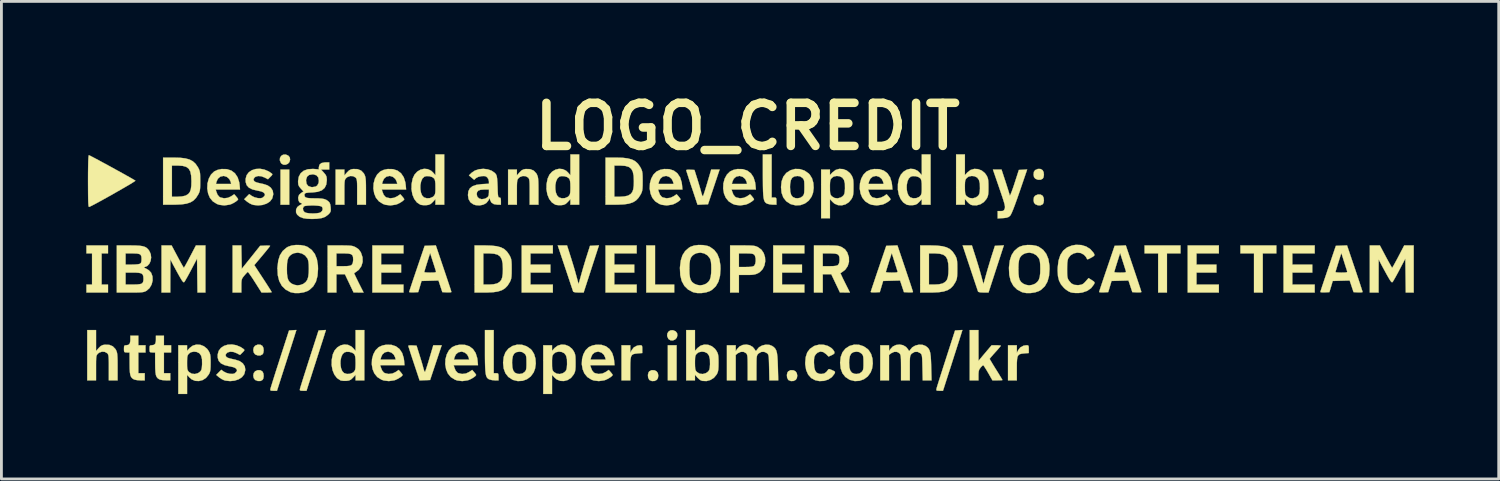
<source format=kicad_pcb>
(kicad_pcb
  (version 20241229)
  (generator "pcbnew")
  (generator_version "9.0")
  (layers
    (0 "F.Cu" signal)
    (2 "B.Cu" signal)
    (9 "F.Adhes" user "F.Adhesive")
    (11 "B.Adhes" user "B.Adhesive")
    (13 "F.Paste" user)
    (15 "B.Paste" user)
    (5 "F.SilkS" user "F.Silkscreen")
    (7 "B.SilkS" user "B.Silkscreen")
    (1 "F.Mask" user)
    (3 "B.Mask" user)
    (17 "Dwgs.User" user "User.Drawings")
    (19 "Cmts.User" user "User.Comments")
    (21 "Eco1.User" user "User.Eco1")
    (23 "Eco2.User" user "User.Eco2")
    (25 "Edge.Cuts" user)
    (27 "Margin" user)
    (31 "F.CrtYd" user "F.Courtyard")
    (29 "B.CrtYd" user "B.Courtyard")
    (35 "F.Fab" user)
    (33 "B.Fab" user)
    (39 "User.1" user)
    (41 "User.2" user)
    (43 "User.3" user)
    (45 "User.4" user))
  (footprint "LOGO_CREDIT"
    (layer "F.Cu")
    (at 23.373 6.498)
    (property "Reference" "LOGO_CREDIT" (at 0 -5.08 0) (layer "F.SilkS") (effects (font (size 1.524 1.524) (thickness 0.3))))
    (attr through_hole)
    (fp_poly (pts (xy -16.2 -2.314) (xy -16.51 -2.314) (xy -16.51 -3.556) (xy -16.2 -3.556) (xy -16.2 -2.314)) (stroke (width 0.01) (type solid)) (fill yes) (layer "F.SilkS"))
    (fp_poly (pts (xy -2.512 3.895) (xy -2.822 3.895) (xy -2.822 2.653) (xy -2.512 2.653) (xy -2.512 3.895)) (stroke (width 0.01) (type solid)) (fill yes) (layer "F.SilkS"))
    (fp_poly (pts (xy -3.274 0.508) (xy -2.596 0.508) (xy -2.596 0.79) (xy -3.584 0.79) (xy -3.584 -0.875) (xy -3.274 -0.875) (xy -3.274 0.508)) (stroke (width 0.01) (type solid)) (fill yes) (layer "F.SilkS"))
    (fp_poly (pts (xy 15.296 -0.593) (xy 14.817 -0.593) (xy 14.817 0.79) (xy 14.506 0.79) (xy 14.506 -0.593) (xy 14.026 -0.593) (xy 14.026 -0.875) (xy 15.296 -0.875) (xy 15.296 -0.593)) (stroke (width 0.01) (type solid)) (fill yes) (layer "F.SilkS"))
    (fp_poly (pts (xy 18.683 -0.593) (xy 18.203 -0.593) (xy 18.203 0.79) (xy 17.893 0.79) (xy 17.893 -0.593) (xy 17.413 -0.593) (xy 17.413 -0.875) (xy 18.683 -0.875) (xy 18.683 -0.593)) (stroke (width 0.01) (type solid)) (fill yes) (layer "F.SilkS"))
    (fp_poly (pts (xy -22.606 -0.593) (xy -22.832 -0.593) (xy -22.832 0.508) (xy -22.606 0.508) (xy -22.606 0.79) (xy -23.368 0.79) (xy -23.368 0.508) (xy -23.17 0.508) (xy -23.17 -0.593) (xy -23.368 -0.593) (xy -23.368 -0.875) (xy -22.606 -0.875) (xy -22.606 -0.593)) (stroke (width 0.01) (type solid)) (fill yes) (layer "F.SilkS"))
    (fp_poly (pts (xy -12.164 -0.593) (xy -12.954 -0.593) (xy -12.954 -0.198) (xy -12.248 -0.198) (xy -12.248 0.085) (xy -12.954 0.085) (xy -12.954 0.508) (xy -12.164 0.508) (xy -12.164 0.79) (xy -13.264 0.79) (xy -13.264 -0.875) (xy -12.164 -0.875) (xy -12.164 -0.593)) (stroke (width 0.01) (type solid)) (fill yes) (layer "F.SilkS"))
    (fp_poly (pts (xy -6.886 -0.593) (xy -7.676 -0.593) (xy -7.676 -0.198) (xy -6.971 -0.198) (xy -6.971 0.085) (xy -7.676 0.085) (xy -7.676 0.508) (xy -6.886 0.508) (xy -6.886 0.79) (xy -7.987 0.79) (xy -7.987 -0.875) (xy -6.886 -0.875) (xy -6.886 -0.593)) (stroke (width 0.01) (type solid)) (fill yes) (layer "F.SilkS"))
    (fp_poly (pts (xy -3.923 -0.593) (xy -4.713 -0.593) (xy -4.713 -0.198) (xy -4.008 -0.198) (xy -4.008 0.085) (xy -4.713 0.085) (xy -4.713 0.508) (xy -3.923 0.508) (xy -3.923 0.79) (xy -5.024 0.79) (xy -5.024 -0.875) (xy -3.923 -0.875) (xy -3.923 -0.593)) (stroke (width 0.01) (type solid)) (fill yes) (layer "F.SilkS"))
    (fp_poly (pts (xy 2.004 -0.593) (xy 1.214 -0.593) (xy 1.214 -0.198) (xy 1.919 -0.198) (xy 1.919 0.085) (xy 1.214 0.085) (xy 1.214 0.508) (xy 2.004 0.508) (xy 2.004 0.79) (xy 0.903 0.79) (xy 0.903 -0.875) (xy 2.004 -0.875) (xy 2.004 -0.593)) (stroke (width 0.01) (type solid)) (fill yes) (layer "F.SilkS"))
    (fp_poly (pts (xy 16.651 -0.593) (xy 15.861 -0.593) (xy 15.861 -0.198) (xy 16.566 -0.198) (xy 16.566 0.085) (xy 15.861 0.085) (xy 15.861 0.508) (xy 16.651 0.508) (xy 16.651 0.79) (xy 15.55 0.79) (xy 15.55 -0.875) (xy 16.651 -0.875) (xy 16.651 -0.593)) (stroke (width 0.01) (type solid)) (fill yes) (layer "F.SilkS"))
    (fp_poly (pts (xy 20.038 -0.593) (xy 19.248 -0.593) (xy 19.248 -0.198) (xy 19.953 -0.198) (xy 19.953 0.085) (xy 19.248 0.085) (xy 19.248 0.508) (xy 20.038 0.508) (xy 20.038 0.79) (xy 18.937 0.79) (xy 18.937 -0.875) (xy 20.038 -0.875) (xy 20.038 -0.593)) (stroke (width 0.01) (type solid)) (fill yes) (layer "F.SilkS"))
    (fp_poly (pts (xy -16.234 -4.048) (xy -16.183 -3.985) (xy -16.171 -3.909) (xy -16.194 -3.822) (xy -16.251 -3.759) (xy -16.329 -3.726) (xy -16.41 -3.728) (xy -16.481 -3.771) (xy -16.494 -3.788) (xy -16.534 -3.883) (xy -16.528 -3.97) (xy -16.485 -4.04) (xy -16.415 -4.082) (xy -16.327 -4.088) (xy -16.234 -4.048)) (stroke (width 0.01) (type solid)) (fill yes) (layer "F.SilkS"))
    (fp_poly (pts (xy -2.546 2.161) (xy -2.496 2.224) (xy -2.484 2.3) (xy -2.506 2.387) (xy -2.564 2.449) (xy -2.641 2.483) (xy -2.722 2.481) (xy -2.793 2.438) (xy -2.807 2.421) (xy -2.847 2.326) (xy -2.84 2.239) (xy -2.797 2.169) (xy -2.727 2.126) (xy -2.639 2.121) (xy -2.546 2.161)) (stroke (width 0.01) (type solid)) (fill yes) (layer "F.SilkS"))
    (fp_poly (pts (xy -17.222 2.633) (xy -17.149 2.676) (xy -17.114 2.748) (xy -17.104 2.841) (xy -17.119 2.929) (xy -17.147 2.975) (xy -17.221 3.013) (xy -17.314 3.014) (xy -17.404 2.978) (xy -17.407 2.976) (xy -17.456 2.91) (xy -17.473 2.822) (xy -17.456 2.734) (xy -17.407 2.669) (xy -17.315 2.63) (xy -17.222 2.633)) (stroke (width 0.01) (type solid)) (fill yes) (layer "F.SilkS"))
    (fp_poly (pts (xy -17.222 3.536) (xy -17.149 3.579) (xy -17.114 3.651) (xy -17.104 3.744) (xy -17.119 3.832) (xy -17.147 3.879) (xy -17.221 3.916) (xy -17.314 3.917) (xy -17.404 3.881) (xy -17.407 3.879) (xy -17.456 3.814) (xy -17.473 3.725) (xy -17.456 3.637) (xy -17.407 3.572) (xy -17.315 3.533) (xy -17.222 3.536)) (stroke (width 0.01) (type solid)) (fill yes) (layer "F.SilkS"))
    (fp_poly (pts (xy -3.294 3.538) (xy -3.224 3.572) (xy -3.176 3.635) (xy -3.159 3.724) (xy -3.173 3.814) (xy -3.212 3.876) (xy -3.29 3.915) (xy -3.382 3.919) (xy -3.462 3.888) (xy -3.481 3.871) (xy -3.518 3.796) (xy -3.526 3.702) (xy -3.505 3.615) (xy -3.476 3.574) (xy -3.392 3.533) (xy -3.294 3.538)) (stroke (width 0.01) (type solid)) (fill yes) (layer "F.SilkS"))
    (fp_poly (pts (xy 1.617 3.538) (xy 1.687 3.572) (xy 1.734 3.635) (xy 1.752 3.724) (xy 1.738 3.814) (xy 1.698 3.876) (xy 1.621 3.915) (xy 1.529 3.919) (xy 1.449 3.888) (xy 1.43 3.871) (xy 1.393 3.796) (xy 1.385 3.702) (xy 1.405 3.615) (xy 1.435 3.574) (xy 1.519 3.533) (xy 1.617 3.538)) (stroke (width 0.01) (type solid)) (fill yes) (layer "F.SilkS"))
    (fp_poly (pts (xy 10.351 -3.576) (xy 10.424 -3.533) (xy 10.459 -3.461) (xy 10.469 -3.368) (xy 10.454 -3.28) (xy 10.426 -3.233) (xy 10.353 -3.196) (xy 10.259 -3.195) (xy 10.169 -3.231) (xy 10.166 -3.233) (xy 10.12 -3.286) (xy 10.104 -3.367) (xy 10.104 -3.387) (xy 10.115 -3.476) (xy 10.155 -3.532) (xy 10.166 -3.54) (xy 10.258 -3.579) (xy 10.351 -3.576)) (stroke (width 0.01) (type solid)) (fill yes) (layer "F.SilkS"))
    (fp_poly (pts (xy 10.351 -2.672) (xy 10.424 -2.63) (xy 10.459 -2.558) (xy 10.469 -2.465) (xy 10.454 -2.377) (xy 10.426 -2.33) (xy 10.353 -2.293) (xy 10.259 -2.292) (xy 10.169 -2.328) (xy 10.166 -2.33) (xy 10.12 -2.383) (xy 10.104 -2.464) (xy 10.104 -2.484) (xy 10.115 -2.573) (xy 10.155 -2.629) (xy 10.166 -2.637) (xy 10.258 -2.676) (xy 10.351 -2.672)) (stroke (width 0.01) (type solid)) (fill yes) (layer "F.SilkS"))
    (fp_poly (pts (xy -8.975 3.641) (xy -8.89 3.641) (xy -8.838 3.644) (xy -8.813 3.666) (xy -8.806 3.72) (xy -8.805 3.768) (xy -8.805 3.895) (xy -8.939 3.894) (xy -9.038 3.884) (xy -9.127 3.861) (xy -9.15 3.851) (xy -9.187 3.825) (xy -9.217 3.789) (xy -9.241 3.736) (xy -9.258 3.661) (xy -9.27 3.557) (xy -9.278 3.418) (xy -9.283 3.238) (xy -9.285 3.012) (xy -9.285 2.857) (xy -9.285 2.117) (xy -8.975 2.117) (xy -8.975 3.641)) (stroke (width 0.01) (type solid)) (fill yes) (layer "F.SilkS"))
    (fp_poly (pts (xy 0.847 -2.568) (xy 0.931 -2.568) (xy 0.983 -2.565) (xy 1.008 -2.543) (xy 1.016 -2.489) (xy 1.016 -2.441) (xy 1.016 -2.314) (xy 0.882 -2.315) (xy 0.783 -2.325) (xy 0.695 -2.348) (xy 0.672 -2.358) (xy 0.634 -2.384) (xy 0.604 -2.42) (xy 0.581 -2.473) (xy 0.563 -2.548) (xy 0.551 -2.652) (xy 0.543 -2.791) (xy 0.539 -2.971) (xy 0.537 -3.197) (xy 0.536 -3.351) (xy 0.536 -4.092) (xy 0.847 -4.092) (xy 0.847 -2.568)) (stroke (width 0.01) (type solid)) (fill yes) (layer "F.SilkS"))
    (fp_poly (pts (xy -16.014 2.32) (xy -16.038 2.398) (xy -16.078 2.522) (xy -16.129 2.682) (xy -16.189 2.871) (xy -16.256 3.079) (xy -16.326 3.299) (xy -16.357 3.394) (xy -16.635 4.262) (xy -16.758 4.262) (xy -16.834 4.259) (xy -16.867 4.246) (xy -16.87 4.213) (xy -16.864 4.184) (xy -16.851 4.14) (xy -16.823 4.049) (xy -16.782 3.917) (xy -16.73 3.751) (xy -16.669 3.558) (xy -16.6 3.344) (xy -16.528 3.119) (xy -16.209 2.131) (xy -16.079 2.122) (xy -15.949 2.114) (xy -16.014 2.32)) (stroke (width 0.01) (type solid)) (fill yes) (layer "F.SilkS"))
    (fp_poly (pts (xy -14.969 2.32) (xy -14.994 2.398) (xy -15.033 2.522) (xy -15.085 2.682) (xy -15.145 2.871) (xy -15.212 3.079) (xy -15.282 3.299) (xy -15.313 3.394) (xy -15.591 4.262) (xy -15.714 4.262) (xy -15.79 4.259) (xy -15.823 4.246) (xy -15.826 4.213) (xy -15.82 4.184) (xy -15.807 4.14) (xy -15.779 4.049) (xy -15.738 3.917) (xy -15.686 3.751) (xy -15.624 3.558) (xy -15.556 3.344) (xy -15.484 3.119) (xy -15.165 2.131) (xy -15.035 2.122) (xy -14.905 2.114) (xy -14.969 2.32)) (stroke (width 0.01) (type solid)) (fill yes) (layer "F.SilkS"))
    (fp_poly (pts (xy -4.148 2.787) (xy -4.147 2.921) (xy -4.101 2.828) (xy -4.023 2.728) (xy -3.911 2.668) (xy -3.811 2.653) (xy -3.76 2.656) (xy -3.735 2.675) (xy -3.726 2.725) (xy -3.725 2.791) (xy -3.725 2.928) (xy -3.88 2.941) (xy -3.975 2.951) (xy -4.045 2.969) (xy -4.093 3.004) (xy -4.123 3.061) (xy -4.14 3.151) (xy -4.147 3.28) (xy -4.149 3.457) (xy -4.149 3.476) (xy -4.149 3.895) (xy -4.459 3.895) (xy -4.459 2.653) (xy -4.149 2.653) (xy -4.148 2.787)) (stroke (width 0.01) (type solid)) (fill yes) (layer "F.SilkS"))
    (fp_poly (pts (xy 7.524 2.32) (xy 7.499 2.398) (xy 7.46 2.522) (xy 7.408 2.682) (xy 7.348 2.871) (xy 7.281 3.079) (xy 7.211 3.299) (xy 7.181 3.394) (xy 6.902 4.262) (xy 6.779 4.262) (xy 6.703 4.259) (xy 6.67 4.246) (xy 6.668 4.213) (xy 6.674 4.184) (xy 6.686 4.14) (xy 6.714 4.049) (xy 6.755 3.917) (xy 6.807 3.751) (xy 6.869 3.558) (xy 6.937 3.344) (xy 7.01 3.119) (xy 7.328 2.131) (xy 7.458 2.122) (xy 7.588 2.114) (xy 7.524 2.32)) (stroke (width 0.01) (type solid)) (fill yes) (layer "F.SilkS"))
    (fp_poly (pts (xy 9.512 2.787) (xy 9.512 2.921) (xy 9.558 2.828) (xy 9.637 2.728) (xy 9.749 2.668) (xy 9.848 2.653) (xy 9.9 2.656) (xy 9.925 2.675) (xy 9.933 2.725) (xy 9.934 2.791) (xy 9.934 2.928) (xy 9.779 2.941) (xy 9.684 2.951) (xy 9.615 2.969) (xy 9.567 3.004) (xy 9.536 3.061) (xy 9.52 3.151) (xy 9.512 3.28) (xy 9.511 3.457) (xy 9.511 3.476) (xy 9.511 3.895) (xy 9.2 3.895) (xy 9.2 2.653) (xy 9.511 2.653) (xy 9.512 2.787)) (stroke (width 0.01) (type solid)) (fill yes) (layer "F.SilkS"))
    (fp_poly (pts (xy 8.511 0.79) (xy 8.333 0.79) (xy 8.217 0.784) (xy 8.153 0.767) (xy 8.141 0.755) (xy 8.129 0.72) (xy 8.102 0.639) (xy 8.061 0.518) (xy 8.009 0.364) (xy 7.949 0.184) (xy 7.883 -0.014) (xy 7.862 -0.078) (xy 7.596 -0.875) (xy 7.924 -0.875) (xy 8.044 -0.501) (xy 8.108 -0.297) (xy 8.162 -0.121) (xy 8.212 0.051) (xy 8.265 0.243) (xy 8.298 0.367) (xy 8.333 0.494) (xy 8.426 0.155) (xy 8.476 -0.02) (xy 8.535 -0.219) (xy 8.594 -0.414) (xy 8.628 -0.522) (xy 8.737 -0.861) (xy 9.053 -0.878) (xy 8.511 0.79)) (stroke (width 0.01) (type solid)) (fill yes) (layer "F.SilkS"))
    (fp_poly (pts (xy -11.018 3.267) (xy -11.223 3.881) (xy -11.594 3.897) (xy -11.794 3.296) (xy -11.852 3.122) (xy -11.903 2.965) (xy -11.945 2.834) (xy -11.976 2.737) (xy -11.992 2.682) (xy -11.994 2.673) (xy -11.969 2.661) (xy -11.904 2.657) (xy -11.848 2.658) (xy -11.702 2.667) (xy -11.596 3.006) (xy -11.551 3.15) (xy -11.509 3.289) (xy -11.476 3.406) (xy -11.456 3.481) (xy -11.434 3.554) (xy -11.412 3.592) (xy -11.402 3.594) (xy -11.388 3.56) (xy -11.36 3.481) (xy -11.324 3.368) (xy -11.28 3.228) (xy -11.246 3.111) (xy -11.11 2.653) (xy -10.813 2.653) (xy -11.018 3.267)) (stroke (width 0.01) (type solid)) (fill yes) (layer "F.SilkS"))
    (fp_poly (pts (xy -5.797 0.79) (xy -5.976 0.79) (xy -6.091 0.784) (xy -6.156 0.767) (xy -6.168 0.755) (xy -6.18 0.72) (xy -6.207 0.639) (xy -6.248 0.518) (xy -6.299 0.364) (xy -6.359 0.184) (xy -6.425 -0.014) (xy -6.447 -0.078) (xy -6.713 -0.875) (xy -6.384 -0.875) (xy -6.265 -0.501) (xy -6.201 -0.297) (xy -6.147 -0.121) (xy -6.097 0.051) (xy -6.044 0.243) (xy -6.01 0.367) (xy -5.976 0.494) (xy -5.882 0.155) (xy -5.833 -0.02) (xy -5.774 -0.219) (xy -5.715 -0.414) (xy -5.68 -0.522) (xy -5.572 -0.861) (xy -5.414 -0.869) (xy -5.256 -0.878) (xy -5.797 0.79)) (stroke (width 0.01) (type solid)) (fill yes) (layer "F.SilkS"))
    (fp_poly (pts (xy -1.197 -2.942) (xy -1.402 -2.328) (xy -1.772 -2.312) (xy -1.973 -2.913) (xy -2.031 -3.087) (xy -2.082 -3.244) (xy -2.124 -3.375) (xy -2.155 -3.472) (xy -2.171 -3.527) (xy -2.173 -3.536) (xy -2.148 -3.548) (xy -2.083 -3.552) (xy -2.027 -3.55) (xy -1.881 -3.542) (xy -1.774 -3.203) (xy -1.73 -3.059) (xy -1.688 -2.92) (xy -1.655 -2.803) (xy -1.635 -2.728) (xy -1.612 -2.655) (xy -1.591 -2.616) (xy -1.581 -2.615) (xy -1.566 -2.649) (xy -1.539 -2.727) (xy -1.502 -2.841) (xy -1.459 -2.981) (xy -1.424 -3.097) (xy -1.289 -3.556) (xy -0.992 -3.556) (xy -1.197 -2.942)) (stroke (width 0.01) (type solid)) (fill yes) (layer "F.SilkS"))
    (fp_poly (pts (xy -21.534 2.653) (xy -21.28 2.653) (xy -21.28 2.907) (xy -21.534 2.907) (xy -21.534 3.641) (xy -21.308 3.641) (xy -21.308 3.895) (xy -21.47 3.894) (xy -21.573 3.887) (xy -21.661 3.87) (xy -21.7 3.855) (xy -21.753 3.819) (xy -21.791 3.772) (xy -21.817 3.705) (xy -21.833 3.609) (xy -21.841 3.476) (xy -21.843 3.295) (xy -21.844 2.907) (xy -21.943 2.907) (xy -22.003 2.904) (xy -22.032 2.886) (xy -22.041 2.836) (xy -22.042 2.78) (xy -22.039 2.702) (xy -22.025 2.665) (xy -21.989 2.654) (xy -21.963 2.653) (xy -21.884 2.639) (xy -21.837 2.593) (xy -21.818 2.506) (xy -21.816 2.45) (xy -21.816 2.314) (xy -21.534 2.314) (xy -21.534 2.653)) (stroke (width 0.01) (type solid)) (fill yes) (layer "F.SilkS"))
    (fp_poly (pts (xy -20.63 2.653) (xy -20.376 2.653) (xy -20.376 2.907) (xy -20.63 2.907) (xy -20.63 3.641) (xy -20.405 3.641) (xy -20.405 3.895) (xy -20.567 3.894) (xy -20.669 3.887) (xy -20.758 3.87) (xy -20.797 3.855) (xy -20.85 3.819) (xy -20.888 3.772) (xy -20.914 3.705) (xy -20.929 3.609) (xy -20.937 3.476) (xy -20.94 3.295) (xy -20.941 2.907) (xy -21.04 2.907) (xy -21.1 2.904) (xy -21.129 2.886) (xy -21.138 2.836) (xy -21.138 2.78) (xy -21.136 2.702) (xy -21.122 2.665) (xy -21.086 2.654) (xy -21.059 2.653) (xy -20.981 2.639) (xy -20.934 2.593) (xy -20.915 2.506) (xy -20.913 2.45) (xy -20.913 2.314) (xy -20.63 2.314) (xy -20.63 2.653)) (stroke (width 0.01) (type solid)) (fill yes) (layer "F.SilkS"))
    (fp_poly (pts (xy -20.149 -0.48) (xy -20.077 -0.346) (xy -20.014 -0.231) (xy -19.964 -0.145) (xy -19.933 -0.094) (xy -19.925 -0.085) (xy -19.908 -0.109) (xy -19.869 -0.175) (xy -19.815 -0.273) (xy -19.749 -0.397) (xy -19.705 -0.48) (xy -19.499 -0.875) (xy -19.163 -0.875) (xy -19.163 0.79) (xy -19.444 0.79) (xy -19.452 0.191) (xy -19.459 -0.409) (xy -19.667 -0.014) (xy -19.74 0.124) (xy -19.807 0.246) (xy -19.862 0.342) (xy -19.899 0.404) (xy -19.91 0.419) (xy -19.931 0.428) (xy -19.957 0.411) (xy -19.995 0.361) (xy -20.049 0.272) (xy -20.102 0.179) (xy -20.174 0.05) (xy -20.243 -0.078) (xy -20.302 -0.186) (xy -20.33 -0.24) (xy -20.402 -0.381) (xy -20.405 0.79) (xy -20.715 0.79) (xy -20.715 -0.875) (xy -20.359 -0.875) (xy -20.149 -0.48)) (stroke (width 0.01) (type solid)) (fill yes) (layer "F.SilkS"))
    (fp_poly (pts (xy 22.551 -0.48) (xy 22.623 -0.346) (xy 22.687 -0.231) (xy 22.736 -0.145) (xy 22.767 -0.094) (xy 22.775 -0.085) (xy 22.793 -0.109) (xy 22.831 -0.175) (xy 22.885 -0.273) (xy 22.952 -0.397) (xy 22.996 -0.48) (xy 23.202 -0.875) (xy 23.537 -0.875) (xy 23.537 0.79) (xy 23.256 0.79) (xy 23.249 0.191) (xy 23.241 -0.409) (xy 23.033 -0.014) (xy 22.96 0.124) (xy 22.893 0.246) (xy 22.838 0.342) (xy 22.801 0.404) (xy 22.79 0.419) (xy 22.769 0.428) (xy 22.743 0.411) (xy 22.705 0.361) (xy 22.651 0.272) (xy 22.598 0.179) (xy 22.527 0.05) (xy 22.457 -0.078) (xy 22.399 -0.186) (xy 22.371 -0.24) (xy 22.298 -0.381) (xy 22.296 0.79) (xy 21.985 0.79) (xy 21.985 -0.875) (xy 22.341 -0.875) (xy 22.551 -0.48)) (stroke (width 0.01) (type solid)) (fill yes) (layer "F.SilkS"))
    (fp_poly (pts (xy -23.029 2.86) (xy -22.938 2.754) (xy -22.865 2.682) (xy -22.791 2.646) (xy -22.718 2.633) (xy -22.563 2.638) (xy -22.438 2.689) (xy -22.344 2.786) (xy -22.325 2.819) (xy -22.304 2.867) (xy -22.288 2.918) (xy -22.278 2.984) (xy -22.272 3.074) (xy -22.268 3.197) (xy -22.267 3.365) (xy -22.267 3.414) (xy -22.267 3.895) (xy -22.578 3.895) (xy -22.578 3.443) (xy -22.578 3.272) (xy -22.581 3.149) (xy -22.586 3.063) (xy -22.594 3.006) (xy -22.608 2.969) (xy -22.627 2.942) (xy -22.634 2.935) (xy -22.719 2.887) (xy -22.82 2.88) (xy -22.918 2.915) (xy -22.96 2.948) (xy -22.986 2.976) (xy -23.005 3.007) (xy -23.017 3.049) (xy -23.024 3.112) (xy -23.028 3.207) (xy -23.029 3.342) (xy -23.029 3.456) (xy -23.029 3.895) (xy -23.34 3.895) (xy -23.34 2.117) (xy -23.029 2.117) (xy -23.029 2.86)) (stroke (width 0.01) (type solid)) (fill yes) (layer "F.SilkS"))
    (fp_poly (pts (xy -13.786 -3.571) (xy -13.66 -3.52) (xy -13.567 -3.423) (xy -13.548 -3.39) (xy -13.527 -3.342) (xy -13.511 -3.291) (xy -13.501 -3.225) (xy -13.494 -3.135) (xy -13.491 -3.011) (xy -13.49 -2.844) (xy -13.49 -2.795) (xy -13.49 -2.314) (xy -13.801 -2.314) (xy -13.801 -2.766) (xy -13.801 -2.937) (xy -13.803 -3.06) (xy -13.808 -3.146) (xy -13.817 -3.203) (xy -13.831 -3.24) (xy -13.85 -3.267) (xy -13.857 -3.274) (xy -13.942 -3.322) (xy -14.043 -3.328) (xy -14.141 -3.294) (xy -14.183 -3.261) (xy -14.209 -3.233) (xy -14.228 -3.202) (xy -14.24 -3.16) (xy -14.247 -3.096) (xy -14.251 -3.002) (xy -14.252 -2.867) (xy -14.252 -2.753) (xy -14.252 -2.314) (xy -14.563 -2.314) (xy -14.563 -3.556) (xy -14.252 -3.556) (xy -14.252 -3.349) (xy -14.16 -3.455) (xy -14.088 -3.526) (xy -14.014 -3.563) (xy -13.941 -3.576) (xy -13.786 -3.571)) (stroke (width 0.01) (type solid)) (fill yes) (layer "F.SilkS"))
    (fp_poly (pts (xy -7.69 -3.571) (xy -7.564 -3.52) (xy -7.471 -3.423) (xy -7.452 -3.39) (xy -7.431 -3.342) (xy -7.415 -3.291) (xy -7.405 -3.225) (xy -7.398 -3.135) (xy -7.395 -3.011) (xy -7.394 -2.844) (xy -7.394 -2.795) (xy -7.394 -2.314) (xy -7.705 -2.314) (xy -7.705 -2.766) (xy -7.705 -2.937) (xy -7.707 -3.06) (xy -7.712 -3.146) (xy -7.721 -3.203) (xy -7.735 -3.24) (xy -7.754 -3.267) (xy -7.761 -3.274) (xy -7.846 -3.322) (xy -7.947 -3.328) (xy -8.045 -3.294) (xy -8.087 -3.261) (xy -8.113 -3.233) (xy -8.132 -3.202) (xy -8.144 -3.16) (xy -8.151 -3.096) (xy -8.155 -3.002) (xy -8.156 -2.867) (xy -8.156 -2.753) (xy -8.156 -2.314) (xy -8.467 -2.314) (xy -8.467 -3.556) (xy -8.156 -3.556) (xy -8.156 -3.349) (xy -8.064 -3.455) (xy -7.992 -3.526) (xy -7.918 -3.563) (xy -7.845 -3.576) (xy -7.69 -3.571)) (stroke (width 0.01) (type solid)) (fill yes) (layer "F.SilkS"))
    (fp_poly (pts (xy 9.609 -2.774) (xy 9.518 -2.513) (xy 9.442 -2.303) (xy 9.38 -2.141) (xy 9.331 -2.024) (xy 9.293 -1.95) (xy 9.271 -1.92) (xy 9.218 -1.879) (xy 9.151 -1.855) (xy 9.051 -1.842) (xy 9.018 -1.84) (xy 8.834 -1.828) (xy 8.834 -2.088) (xy 8.944 -2.088) (xy 9.018 -2.094) (xy 9.058 -2.12) (xy 9.084 -2.174) (xy 9.091 -2.207) (xy 9.092 -2.248) (xy 9.083 -2.304) (xy 9.063 -2.383) (xy 9.03 -2.491) (xy 8.983 -2.635) (xy 8.919 -2.823) (xy 8.89 -2.908) (xy 8.667 -3.556) (xy 8.971 -3.556) (xy 9.112 -3.126) (xy 9.16 -2.975) (xy 9.203 -2.84) (xy 9.236 -2.732) (xy 9.257 -2.66) (xy 9.262 -2.639) (xy 9.273 -2.646) (xy 9.299 -2.699) (xy 9.335 -2.792) (xy 9.38 -2.918) (xy 9.428 -3.062) (xy 9.583 -3.542) (xy 9.73 -3.55) (xy 9.877 -3.559) (xy 9.609 -2.774)) (stroke (width 0.01) (type solid)) (fill yes) (layer "F.SilkS"))
    (fp_poly (pts (xy -23.252 -4.051) (xy -23.18 -4.014) (xy -23.073 -3.958) (xy -22.938 -3.886) (xy -22.782 -3.801) (xy -22.613 -3.71) (xy -22.438 -3.614) (xy -22.264 -3.518) (xy -22.097 -3.426) (xy -21.946 -3.341) (xy -21.817 -3.269) (xy -21.718 -3.212) (xy -21.656 -3.175) (xy -21.638 -3.162) (xy -21.657 -3.145) (xy -21.719 -3.105) (xy -21.816 -3.045) (xy -21.943 -2.97) (xy -22.091 -2.884) (xy -22.255 -2.79) (xy -22.426 -2.692) (xy -22.599 -2.595) (xy -22.766 -2.502) (xy -22.921 -2.417) (xy -23.057 -2.343) (xy -23.166 -2.286) (xy -23.242 -2.248) (xy -23.275 -2.235) (xy -23.285 -2.242) (xy -23.294 -2.273) (xy -23.3 -2.332) (xy -23.305 -2.425) (xy -23.308 -2.557) (xy -23.31 -2.731) (xy -23.311 -2.953) (xy -23.312 -3.145) (xy -23.311 -3.435) (xy -23.308 -3.669) (xy -23.304 -3.848) (xy -23.298 -3.973) (xy -23.29 -4.045) (xy -23.282 -4.064) (xy -23.252 -4.051)) (stroke (width 0.01) (type solid)) (fill yes) (layer "F.SilkS"))
    (fp_poly (pts (xy -17.879 -0.049) (xy -17.554 -0.455) (xy -17.23 -0.861) (xy -17.053 -0.869) (xy -16.962 -0.871) (xy -16.898 -0.868) (xy -16.877 -0.86) (xy -16.894 -0.834) (xy -16.942 -0.772) (xy -17.013 -0.684) (xy -17.103 -0.575) (xy -17.156 -0.511) (xy -17.436 -0.179) (xy -17.128 0.292) (xy -17.034 0.436) (xy -16.952 0.564) (xy -16.886 0.668) (xy -16.841 0.741) (xy -16.821 0.775) (xy -16.82 0.776) (xy -16.846 0.784) (xy -16.913 0.788) (xy -17 0.79) (xy -17.18 0.79) (xy -17.413 0.422) (xy -17.494 0.296) (xy -17.566 0.19) (xy -17.623 0.111) (xy -17.658 0.068) (xy -17.667 0.062) (xy -17.696 0.087) (xy -17.747 0.142) (xy -17.791 0.193) (xy -17.841 0.256) (xy -17.871 0.308) (xy -17.886 0.367) (xy -17.892 0.45) (xy -17.893 0.553) (xy -17.893 0.79) (xy -18.203 0.79) (xy -18.203 -0.875) (xy -17.894 -0.875) (xy -17.879 -0.049)) (stroke (width 0.01) (type solid)) (fill yes) (layer "F.SilkS"))
    (fp_poly (pts (xy -0.02 -0.874) (xy 0.103 -0.871) (xy 0.193 -0.865) (xy 0.259 -0.854) (xy 0.314 -0.836) (xy 0.368 -0.812) (xy 0.368 -0.811) (xy 0.486 -0.723) (xy 0.567 -0.603) (xy 0.612 -0.463) (xy 0.621 -0.315) (xy 0.594 -0.169) (xy 0.53 -0.038) (xy 0.43 0.067) (xy 0.368 0.106) (xy 0.296 0.137) (xy 0.221 0.156) (xy 0.126 0.166) (xy -0.006 0.169) (xy -0.034 0.169) (xy -0.31 0.169) (xy -0.31 0.79) (xy -0.621 0.79) (xy -0.621 -0.593) (xy -0.31 -0.593) (xy -0.31 -0.113) (xy -0.066 -0.113) (xy 0.066 -0.116) (xy 0.154 -0.126) (xy 0.209 -0.144) (xy 0.231 -0.16) (xy 0.266 -0.223) (xy 0.283 -0.318) (xy 0.28 -0.42) (xy 0.257 -0.507) (xy 0.236 -0.541) (xy 0.202 -0.567) (xy 0.152 -0.583) (xy 0.071 -0.59) (xy -0.053 -0.593) (xy -0.061 -0.593) (xy -0.31 -0.593) (xy -0.621 -0.593) (xy -0.621 -0.875) (xy -0.189 -0.875) (xy -0.02 -0.874)) (stroke (width 0.01) (type solid)) (fill yes) (layer "F.SilkS"))
    (fp_poly (pts (xy 2.943 -0.874) (xy 3.067 -0.871) (xy 3.156 -0.865) (xy 3.223 -0.854) (xy 3.277 -0.836) (xy 3.331 -0.812) (xy 3.331 -0.811) (xy 3.439 -0.738) (xy 3.515 -0.634) (xy 3.521 -0.622) (xy 3.577 -0.456) (xy 3.58 -0.293) (xy 3.535 -0.143) (xy 3.443 -0.012) (xy 3.309 0.088) (xy 3.279 0.103) (xy 3.288 0.128) (xy 3.318 0.194) (xy 3.364 0.292) (xy 3.424 0.413) (xy 3.442 0.449) (xy 3.613 0.79) (xy 3.436 0.789) (xy 3.26 0.787) (xy 2.953 0.141) (xy 2.653 0.141) (xy 2.653 0.79) (xy 2.342 0.79) (xy 2.342 -0.593) (xy 2.653 -0.593) (xy 2.653 -0.141) (xy 2.898 -0.141) (xy 3.029 -0.144) (xy 3.117 -0.154) (xy 3.172 -0.172) (xy 3.194 -0.188) (xy 3.232 -0.249) (xy 3.245 -0.35) (xy 3.246 -0.369) (xy 3.24 -0.464) (xy 3.217 -0.527) (xy 3.169 -0.566) (xy 3.085 -0.586) (xy 2.957 -0.592) (xy 2.905 -0.593) (xy 2.653 -0.593) (xy 2.342 -0.593) (xy 2.342 -0.875) (xy 2.774 -0.875) (xy 2.943 -0.874)) (stroke (width 0.01) (type solid)) (fill yes) (layer "F.SilkS"))
    (fp_poly (pts (xy -20.062 -3.973) (xy -19.875 -3.951) (xy -19.726 -3.911) (xy -19.609 -3.849) (xy -19.513 -3.762) (xy -19.433 -3.646) (xy -19.412 -3.609) (xy -19.384 -3.55) (xy -19.365 -3.49) (xy -19.353 -3.416) (xy -19.348 -3.315) (xy -19.346 -3.173) (xy -19.346 -3.147) (xy -19.347 -2.997) (xy -19.352 -2.891) (xy -19.362 -2.814) (xy -19.38 -2.753) (xy -19.407 -2.694) (xy -19.412 -2.684) (xy -19.491 -2.56) (xy -19.581 -2.465) (xy -19.692 -2.397) (xy -19.832 -2.351) (xy -20.008 -2.325) (xy -20.229 -2.315) (xy -20.297 -2.314) (xy -20.659 -2.314) (xy -20.659 -3.697) (xy -20.348 -3.697) (xy -20.348 -2.596) (xy -20.148 -2.596) (xy -19.994 -2.606) (xy -19.875 -2.632) (xy -19.85 -2.643) (xy -19.77 -2.692) (xy -19.715 -2.76) (xy -19.68 -2.854) (xy -19.662 -2.986) (xy -19.658 -3.147) (xy -19.667 -3.339) (xy -19.696 -3.483) (xy -19.753 -3.585) (xy -19.84 -3.65) (xy -19.966 -3.686) (xy -20.133 -3.697) (xy -20.148 -3.697) (xy -20.348 -3.697) (xy -20.659 -3.697) (xy -20.659 -3.979) (xy -20.297 -3.979) (xy -20.062 -3.973)) (stroke (width 0.01) (type solid)) (fill yes) (layer "F.SilkS"))
    (fp_poly (pts (xy -14.244 -0.874) (xy -14.121 -0.871) (xy -14.031 -0.865) (xy -13.965 -0.854) (xy -13.91 -0.836) (xy -13.856 -0.812) (xy -13.856 -0.811) (xy -13.748 -0.738) (xy -13.673 -0.634) (xy -13.667 -0.622) (xy -13.611 -0.456) (xy -13.607 -0.293) (xy -13.652 -0.143) (xy -13.744 -0.012) (xy -13.879 0.088) (xy -13.908 0.103) (xy -13.9 0.128) (xy -13.87 0.194) (xy -13.823 0.292) (xy -13.764 0.413) (xy -13.746 0.449) (xy -13.574 0.79) (xy -13.751 0.789) (xy -13.928 0.787) (xy -14.081 0.464) (xy -14.235 0.141) (xy -14.534 0.141) (xy -14.534 0.79) (xy -14.845 0.79) (xy -14.845 -0.593) (xy -14.534 -0.593) (xy -14.534 -0.141) (xy -14.29 -0.141) (xy -14.158 -0.144) (xy -14.07 -0.154) (xy -14.015 -0.172) (xy -13.993 -0.188) (xy -13.956 -0.249) (xy -13.942 -0.35) (xy -13.942 -0.369) (xy -13.947 -0.464) (xy -13.97 -0.527) (xy -14.019 -0.566) (xy -14.103 -0.586) (xy -14.231 -0.592) (xy -14.282 -0.593) (xy -14.534 -0.593) (xy -14.845 -0.593) (xy -14.845 -0.875) (xy -14.413 -0.875) (xy -14.244 -0.874)) (stroke (width 0.01) (type solid)) (fill yes) (layer "F.SilkS"))
    (fp_poly (pts (xy -9.056 -0.868) (xy -8.868 -0.847) (xy -8.72 -0.807) (xy -8.602 -0.745) (xy -8.507 -0.657) (xy -8.426 -0.541) (xy -8.406 -0.505) (xy -8.377 -0.445) (xy -8.358 -0.385) (xy -8.347 -0.311) (xy -8.341 -0.21) (xy -8.34 -0.069) (xy -8.34 -0.042) (xy -8.341 0.107) (xy -8.346 0.213) (xy -8.356 0.29) (xy -8.374 0.352) (xy -8.401 0.411) (xy -8.406 0.42) (xy -8.484 0.545) (xy -8.575 0.639) (xy -8.686 0.708) (xy -8.825 0.754) (xy -9.001 0.78) (xy -9.223 0.79) (xy -9.29 0.79) (xy -9.652 0.79) (xy -9.652 -0.593) (xy -9.342 -0.593) (xy -9.342 0.508) (xy -9.141 0.508) (xy -8.987 0.499) (xy -8.869 0.472) (xy -8.844 0.462) (xy -8.764 0.412) (xy -8.708 0.345) (xy -8.674 0.25) (xy -8.656 0.118) (xy -8.651 -0.042) (xy -8.66 -0.234) (xy -8.69 -0.378) (xy -8.746 -0.48) (xy -8.834 -0.546) (xy -8.959 -0.581) (xy -9.127 -0.593) (xy -9.141 -0.593) (xy -9.342 -0.593) (xy -9.652 -0.593) (xy -9.652 -0.875) (xy -9.29 -0.875) (xy -9.056 -0.868)) (stroke (width 0.01) (type solid)) (fill yes) (layer "F.SilkS"))
    (fp_poly (pts (xy -7.976 2.636) (xy -7.814 2.689) (xy -7.67 2.788) (xy -7.629 2.83) (xy -7.548 2.962) (xy -7.5 3.125) (xy -7.488 3.301) (xy -7.513 3.476) (xy -7.563 3.612) (xy -7.665 3.753) (xy -7.799 3.853) (xy -7.955 3.91) (xy -8.123 3.92) (xy -8.29 3.879) (xy -8.311 3.87) (xy -8.458 3.774) (xy -8.562 3.642) (xy -8.624 3.473) (xy -8.644 3.274) (xy -8.326 3.274) (xy -8.315 3.437) (xy -8.283 3.552) (xy -8.224 3.625) (xy -8.136 3.662) (xy -8.063 3.668) (xy -7.96 3.651) (xy -7.887 3.6) (xy -7.854 3.562) (xy -7.833 3.519) (xy -7.822 3.458) (xy -7.818 3.365) (xy -7.818 3.274) (xy -7.819 3.15) (xy -7.825 3.068) (xy -7.838 3.014) (xy -7.862 2.974) (xy -7.887 2.948) (xy -7.97 2.893) (xy -8.063 2.88) (xy -8.172 2.896) (xy -8.249 2.945) (xy -8.298 3.033) (xy -8.322 3.166) (xy -8.326 3.274) (xy -8.644 3.274) (xy -8.623 3.069) (xy -8.56 2.901) (xy -8.454 2.77) (xy -8.311 2.678) (xy -8.146 2.631) (xy -7.976 2.636)) (stroke (width 0.01) (type solid)) (fill yes) (layer "F.SilkS"))
    (fp_poly (pts (xy -4.427 -3.973) (xy -4.24 -3.951) (xy -4.091 -3.911) (xy -3.973 -3.849) (xy -3.878 -3.762) (xy -3.797 -3.646) (xy -3.777 -3.609) (xy -3.749 -3.55) (xy -3.73 -3.49) (xy -3.718 -3.416) (xy -3.713 -3.315) (xy -3.711 -3.173) (xy -3.711 -3.147) (xy -3.712 -2.997) (xy -3.717 -2.891) (xy -3.727 -2.814) (xy -3.745 -2.753) (xy -3.772 -2.694) (xy -3.777 -2.684) (xy -3.856 -2.56) (xy -3.946 -2.465) (xy -4.057 -2.397) (xy -4.197 -2.351) (xy -4.373 -2.325) (xy -4.594 -2.315) (xy -4.662 -2.314) (xy -5.024 -2.314) (xy -5.024 -3.697) (xy -4.713 -3.697) (xy -4.713 -2.596) (xy -4.513 -2.596) (xy -4.359 -2.606) (xy -4.24 -2.632) (xy -4.215 -2.643) (xy -4.135 -2.692) (xy -4.08 -2.76) (xy -4.045 -2.854) (xy -4.027 -2.986) (xy -4.023 -3.147) (xy -4.031 -3.339) (xy -4.061 -3.483) (xy -4.117 -3.585) (xy -4.205 -3.65) (xy -4.33 -3.686) (xy -4.498 -3.697) (xy -4.513 -3.697) (xy -4.713 -3.697) (xy -5.024 -3.697) (xy -5.024 -3.979) (xy -4.662 -3.979) (xy -4.427 -3.973)) (stroke (width 0.01) (type solid)) (fill yes) (layer "F.SilkS"))
    (fp_poly (pts (xy 1.845 -3.573) (xy 2.008 -3.52) (xy 2.151 -3.421) (xy 2.192 -3.379) (xy 2.274 -3.247) (xy 2.321 -3.084) (xy 2.333 -2.908) (xy 2.309 -2.733) (xy 2.258 -2.597) (xy 2.156 -2.456) (xy 2.022 -2.356) (xy 1.866 -2.299) (xy 1.699 -2.289) (xy 1.531 -2.33) (xy 1.51 -2.339) (xy 1.363 -2.435) (xy 1.259 -2.567) (xy 1.197 -2.736) (xy 1.178 -2.935) (xy 1.496 -2.935) (xy 1.506 -2.772) (xy 1.538 -2.657) (xy 1.597 -2.584) (xy 1.686 -2.547) (xy 1.758 -2.541) (xy 1.861 -2.558) (xy 1.935 -2.609) (xy 1.968 -2.647) (xy 1.988 -2.69) (xy 1.999 -2.75) (xy 2.003 -2.844) (xy 2.004 -2.935) (xy 2.002 -3.059) (xy 1.997 -3.141) (xy 1.983 -3.195) (xy 1.959 -3.234) (xy 1.935 -3.261) (xy 1.852 -3.316) (xy 1.758 -3.329) (xy 1.649 -3.313) (xy 1.572 -3.264) (xy 1.523 -3.176) (xy 1.5 -3.043) (xy 1.496 -2.935) (xy 1.178 -2.935) (xy 1.199 -3.14) (xy 1.262 -3.308) (xy 1.367 -3.439) (xy 1.51 -3.531) (xy 1.675 -3.578) (xy 1.845 -3.573)) (stroke (width 0.01) (type solid)) (fill yes) (layer "F.SilkS"))
    (fp_poly (pts (xy 3.934 2.636) (xy 4.096 2.689) (xy 4.24 2.788) (xy 4.281 2.83) (xy 4.362 2.962) (xy 4.41 3.125) (xy 4.422 3.301) (xy 4.397 3.476) (xy 4.346 3.612) (xy 4.245 3.753) (xy 4.11 3.853) (xy 3.954 3.91) (xy 3.787 3.92) (xy 3.62 3.879) (xy 3.598 3.87) (xy 3.452 3.774) (xy 3.348 3.642) (xy 3.286 3.473) (xy 3.266 3.274) (xy 3.584 3.274) (xy 3.594 3.437) (xy 3.627 3.552) (xy 3.686 3.625) (xy 3.774 3.662) (xy 3.847 3.668) (xy 3.95 3.651) (xy 4.023 3.6) (xy 4.056 3.562) (xy 4.077 3.519) (xy 4.088 3.458) (xy 4.092 3.365) (xy 4.092 3.274) (xy 4.091 3.15) (xy 4.085 3.068) (xy 4.072 3.014) (xy 4.047 2.974) (xy 4.023 2.948) (xy 3.94 2.893) (xy 3.847 2.88) (xy 3.737 2.896) (xy 3.66 2.945) (xy 3.612 3.033) (xy 3.588 3.166) (xy 3.584 3.274) (xy 3.266 3.274) (xy 3.287 3.069) (xy 3.35 2.901) (xy 3.456 2.77) (xy 3.598 2.678) (xy 3.764 2.631) (xy 3.934 2.636)) (stroke (width 0.01) (type solid)) (fill yes) (layer "F.SilkS"))
    (fp_poly (pts (xy 6.692 -0.868) (xy 6.88 -0.847) (xy 7.028 -0.807) (xy 7.146 -0.745) (xy 7.241 -0.657) (xy 7.322 -0.541) (xy 7.342 -0.505) (xy 7.371 -0.445) (xy 7.39 -0.385) (xy 7.401 -0.311) (xy 7.407 -0.21) (xy 7.408 -0.069) (xy 7.408 -0.042) (xy 7.407 0.107) (xy 7.402 0.213) (xy 7.392 0.29) (xy 7.374 0.352) (xy 7.347 0.411) (xy 7.342 0.42) (xy 7.264 0.545) (xy 7.173 0.639) (xy 7.062 0.708) (xy 6.923 0.754) (xy 6.747 0.78) (xy 6.525 0.79) (xy 6.458 0.79) (xy 6.096 0.79) (xy 6.096 -0.593) (xy 6.406 -0.593) (xy 6.406 0.508) (xy 6.607 0.508) (xy 6.761 0.499) (xy 6.879 0.472) (xy 6.904 0.462) (xy 6.984 0.412) (xy 7.04 0.345) (xy 7.074 0.25) (xy 7.092 0.118) (xy 7.097 -0.042) (xy 7.088 -0.234) (xy 7.058 -0.378) (xy 7.002 -0.48) (xy 6.914 -0.546) (xy 6.789 -0.581) (xy 6.621 -0.593) (xy 6.607 -0.593) (xy 6.406 -0.593) (xy 6.096 -0.593) (xy 6.096 -0.875) (xy 6.458 -0.875) (xy 6.692 -0.868)) (stroke (width 0.01) (type solid)) (fill yes) (layer "F.SilkS"))
    (fp_poly (pts (xy 8.157 2.66) (xy 8.158 3.203) (xy 8.229 3.119) (xy 8.28 3.057) (xy 8.354 2.969) (xy 8.437 2.871) (xy 8.46 2.843) (xy 8.622 2.653) (xy 8.784 2.653) (xy 8.871 2.656) (xy 8.93 2.662) (xy 8.946 2.67) (xy 8.929 2.696) (xy 8.88 2.754) (xy 8.81 2.835) (xy 8.749 2.902) (xy 8.667 2.993) (xy 8.602 3.069) (xy 8.561 3.119) (xy 8.551 3.134) (xy 8.566 3.162) (xy 8.605 3.229) (xy 8.664 3.327) (xy 8.737 3.446) (xy 8.777 3.51) (xy 8.856 3.636) (xy 8.922 3.745) (xy 8.972 3.827) (xy 8.999 3.875) (xy 9.003 3.883) (xy 8.977 3.889) (xy 8.91 3.893) (xy 8.826 3.894) (xy 8.65 3.894) (xy 8.497 3.626) (xy 8.433 3.518) (xy 8.378 3.431) (xy 8.339 3.374) (xy 8.323 3.358) (xy 8.293 3.378) (xy 8.245 3.427) (xy 8.229 3.445) (xy 8.187 3.504) (xy 8.165 3.567) (xy 8.157 3.656) (xy 8.156 3.713) (xy 8.156 3.895) (xy 7.846 3.895) (xy 7.846 2.117) (xy 8.156 2.117) (xy 8.157 2.66)) (stroke (width 0.01) (type solid)) (fill yes) (layer "F.SilkS"))
    (fp_poly (pts (xy 2.687 2.635) (xy 2.837 2.678) (xy 2.963 2.755) (xy 3.015 2.808) (xy 3.064 2.883) (xy 3.067 2.935) (xy 3.019 2.978) (xy 2.968 3.004) (xy 2.859 3.053) (xy 2.772 2.966) (xy 2.671 2.894) (xy 2.569 2.876) (xy 2.472 2.913) (xy 2.416 2.965) (xy 2.377 3.018) (xy 2.355 3.073) (xy 2.345 3.149) (xy 2.342 3.263) (xy 2.342 3.264) (xy 2.352 3.43) (xy 2.383 3.547) (xy 2.439 3.623) (xy 2.524 3.661) (xy 2.598 3.668) (xy 2.699 3.653) (xy 2.777 3.6) (xy 2.825 3.54) (xy 2.852 3.505) (xy 2.88 3.495) (xy 2.928 3.51) (xy 2.985 3.534) (xy 3.057 3.568) (xy 3.086 3.594) (xy 3.082 3.628) (xy 3.065 3.663) (xy 2.975 3.779) (xy 2.848 3.864) (xy 2.697 3.912) (xy 2.534 3.92) (xy 2.385 3.889) (xy 2.244 3.811) (xy 2.137 3.691) (xy 2.067 3.532) (xy 2.035 3.337) (xy 2.033 3.274) (xy 2.051 3.071) (xy 2.104 2.908) (xy 2.197 2.783) (xy 2.331 2.69) (xy 2.377 2.668) (xy 2.528 2.631) (xy 2.687 2.635)) (stroke (width 0.01) (type solid)) (fill yes) (layer "F.SilkS"))
    (fp_poly (pts (xy -18.404 -3.571) (xy -18.245 -3.519) (xy -18.118 -3.422) (xy -18.025 -3.282) (xy -17.968 -3.103) (xy -17.956 -3.015) (xy -17.941 -2.85) (xy -18.8 -2.85) (xy -18.782 -2.787) (xy -18.735 -2.666) (xy -18.672 -2.592) (xy -18.636 -2.571) (xy -18.505 -2.541) (xy -18.366 -2.558) (xy -18.252 -2.612) (xy -18.146 -2.684) (xy -18.077 -2.605) (xy -18.031 -2.548) (xy -18.008 -2.51) (xy -18.007 -2.506) (xy -18.029 -2.472) (xy -18.087 -2.425) (xy -18.167 -2.376) (xy -18.251 -2.335) (xy -18.302 -2.317) (xy -18.496 -2.288) (xy -18.676 -2.311) (xy -18.757 -2.34) (xy -18.903 -2.432) (xy -19.007 -2.56) (xy -19.068 -2.707) (xy -19.099 -2.887) (xy -19.091 -3.048) (xy -18.792 -3.048) (xy -18.254 -3.048) (xy -18.272 -3.126) (xy -18.321 -3.224) (xy -18.406 -3.297) (xy -18.51 -3.33) (xy -18.526 -3.33) (xy -18.638 -3.305) (xy -18.722 -3.233) (xy -18.766 -3.14) (xy -18.792 -3.048) (xy -19.091 -3.048) (xy -19.09 -3.067) (xy -19.044 -3.235) (xy -18.966 -3.379) (xy -18.858 -3.485) (xy -18.852 -3.489) (xy -18.727 -3.547) (xy -18.591 -3.575) (xy -18.404 -3.571)) (stroke (width 0.01) (type solid)) (fill yes) (layer "F.SilkS"))
    (fp_poly (pts (xy -12.591 2.638) (xy -12.432 2.69) (xy -12.304 2.787) (xy -12.211 2.926) (xy -12.155 3.106) (xy -12.143 3.194) (xy -12.128 3.358) (xy -12.986 3.358) (xy -12.968 3.422) (xy -12.921 3.542) (xy -12.858 3.617) (xy -12.823 3.638) (xy -12.691 3.668) (xy -12.552 3.651) (xy -12.438 3.597) (xy -12.333 3.525) (xy -12.263 3.604) (xy -12.218 3.661) (xy -12.194 3.699) (xy -12.193 3.703) (xy -12.215 3.737) (xy -12.274 3.784) (xy -12.353 3.833) (xy -12.437 3.874) (xy -12.488 3.892) (xy -12.682 3.92) (xy -12.862 3.898) (xy -12.943 3.869) (xy -13.089 3.777) (xy -13.193 3.649) (xy -13.255 3.502) (xy -13.285 3.322) (xy -13.277 3.161) (xy -12.978 3.161) (xy -12.44 3.161) (xy -12.458 3.083) (xy -12.507 2.985) (xy -12.593 2.912) (xy -12.697 2.879) (xy -12.713 2.879) (xy -12.824 2.904) (xy -12.908 2.976) (xy -12.952 3.069) (xy -12.978 3.161) (xy -13.277 3.161) (xy -13.276 3.142) (xy -13.23 2.974) (xy -13.152 2.83) (xy -13.044 2.724) (xy -13.038 2.72) (xy -12.913 2.662) (xy -12.778 2.634) (xy -12.591 2.638)) (stroke (width 0.01) (type solid)) (fill yes) (layer "F.SilkS"))
    (fp_poly (pts (xy -12.534 -3.571) (xy -12.375 -3.519) (xy -12.248 -3.422) (xy -12.154 -3.282) (xy -12.098 -3.103) (xy -12.086 -3.015) (xy -12.071 -2.85) (xy -12.93 -2.85) (xy -12.912 -2.787) (xy -12.865 -2.666) (xy -12.802 -2.592) (xy -12.766 -2.571) (xy -12.634 -2.541) (xy -12.495 -2.558) (xy -12.382 -2.612) (xy -12.276 -2.684) (xy -12.207 -2.605) (xy -12.161 -2.548) (xy -12.137 -2.51) (xy -12.136 -2.506) (xy -12.159 -2.472) (xy -12.217 -2.425) (xy -12.296 -2.376) (xy -12.381 -2.335) (xy -12.432 -2.317) (xy -12.626 -2.288) (xy -12.806 -2.311) (xy -12.886 -2.34) (xy -13.032 -2.432) (xy -13.137 -2.56) (xy -13.198 -2.707) (xy -13.229 -2.887) (xy -13.22 -3.048) (xy -12.922 -3.048) (xy -12.383 -3.048) (xy -12.402 -3.126) (xy -12.451 -3.224) (xy -12.536 -3.297) (xy -12.64 -3.33) (xy -12.656 -3.33) (xy -12.768 -3.305) (xy -12.852 -3.233) (xy -12.896 -3.14) (xy -12.922 -3.048) (xy -13.22 -3.048) (xy -13.219 -3.067) (xy -13.174 -3.235) (xy -13.096 -3.379) (xy -12.988 -3.485) (xy -12.982 -3.489) (xy -12.857 -3.547) (xy -12.721 -3.575) (xy -12.534 -3.571)) (stroke (width 0.01) (type solid)) (fill yes) (layer "F.SilkS"))
    (fp_poly (pts (xy -9.994 2.638) (xy -9.835 2.69) (xy -9.708 2.787) (xy -9.614 2.926) (xy -9.558 3.106) (xy -9.546 3.194) (xy -9.531 3.358) (xy -10.39 3.358) (xy -10.372 3.422) (xy -10.325 3.542) (xy -10.262 3.617) (xy -10.226 3.638) (xy -10.094 3.668) (xy -9.955 3.651) (xy -9.842 3.597) (xy -9.736 3.525) (xy -9.667 3.604) (xy -9.621 3.661) (xy -9.597 3.699) (xy -9.596 3.703) (xy -9.619 3.737) (xy -9.677 3.784) (xy -9.756 3.833) (xy -9.841 3.874) (xy -9.892 3.892) (xy -10.086 3.92) (xy -10.266 3.898) (xy -10.346 3.869) (xy -10.492 3.777) (xy -10.597 3.649) (xy -10.658 3.502) (xy -10.689 3.322) (xy -10.68 3.161) (xy -10.382 3.161) (xy -9.843 3.161) (xy -9.862 3.083) (xy -9.911 2.985) (xy -9.996 2.912) (xy -10.1 2.879) (xy -10.116 2.879) (xy -10.228 2.904) (xy -10.312 2.976) (xy -10.356 3.069) (xy -10.382 3.161) (xy -10.68 3.161) (xy -10.679 3.142) (xy -10.634 2.974) (xy -10.556 2.83) (xy -10.448 2.724) (xy -10.442 2.72) (xy -10.317 2.662) (xy -10.181 2.634) (xy -9.994 2.638)) (stroke (width 0.01) (type solid)) (fill yes) (layer "F.SilkS"))
    (fp_poly (pts (xy -5.168 2.638) (xy -5.009 2.69) (xy -4.882 2.787) (xy -4.788 2.926) (xy -4.732 3.106) (xy -4.72 3.194) (xy -4.705 3.358) (xy -5.564 3.358) (xy -5.546 3.422) (xy -5.499 3.542) (xy -5.436 3.617) (xy -5.4 3.638) (xy -5.268 3.668) (xy -5.129 3.651) (xy -5.016 3.597) (xy -4.91 3.525) (xy -4.841 3.604) (xy -4.795 3.661) (xy -4.771 3.699) (xy -4.77 3.703) (xy -4.793 3.737) (xy -4.851 3.784) (xy -4.93 3.833) (xy -5.015 3.874) (xy -5.066 3.892) (xy -5.26 3.92) (xy -5.44 3.898) (xy -5.52 3.869) (xy -5.666 3.777) (xy -5.771 3.649) (xy -5.832 3.502) (xy -5.863 3.322) (xy -5.854 3.161) (xy -5.556 3.161) (xy -5.017 3.161) (xy -5.036 3.083) (xy -5.085 2.985) (xy -5.17 2.912) (xy -5.274 2.879) (xy -5.29 2.879) (xy -5.402 2.904) (xy -5.486 2.976) (xy -5.53 3.069) (xy -5.556 3.161) (xy -5.854 3.161) (xy -5.853 3.142) (xy -5.808 2.974) (xy -5.73 2.83) (xy -5.622 2.724) (xy -5.616 2.72) (xy -5.491 2.662) (xy -5.355 2.634) (xy -5.168 2.638)) (stroke (width 0.01) (type solid)) (fill yes) (layer "F.SilkS"))
    (fp_poly (pts (xy -2.769 -3.571) (xy -2.61 -3.519) (xy -2.483 -3.422) (xy -2.389 -3.282) (xy -2.333 -3.103) (xy -2.321 -3.015) (xy -2.306 -2.85) (xy -3.165 -2.85) (xy -3.147 -2.787) (xy -3.1 -2.666) (xy -3.037 -2.592) (xy -3.001 -2.571) (xy -2.869 -2.541) (xy -2.731 -2.558) (xy -2.617 -2.612) (xy -2.511 -2.684) (xy -2.442 -2.605) (xy -2.396 -2.548) (xy -2.372 -2.51) (xy -2.372 -2.506) (xy -2.394 -2.472) (xy -2.452 -2.425) (xy -2.531 -2.376) (xy -2.616 -2.335) (xy -2.667 -2.317) (xy -2.861 -2.288) (xy -3.041 -2.311) (xy -3.121 -2.34) (xy -3.267 -2.432) (xy -3.372 -2.56) (xy -3.433 -2.707) (xy -3.464 -2.887) (xy -3.455 -3.048) (xy -3.157 -3.048) (xy -2.619 -3.048) (xy -2.637 -3.126) (xy -2.686 -3.224) (xy -2.771 -3.297) (xy -2.875 -3.33) (xy -2.891 -3.33) (xy -3.003 -3.305) (xy -3.087 -3.233) (xy -3.131 -3.14) (xy -3.157 -3.048) (xy -3.455 -3.048) (xy -3.455 -3.067) (xy -3.409 -3.235) (xy -3.331 -3.379) (xy -3.223 -3.485) (xy -3.217 -3.489) (xy -3.092 -3.547) (xy -2.956 -3.575) (xy -2.769 -3.571)) (stroke (width 0.01) (type solid)) (fill yes) (layer "F.SilkS"))
    (fp_poly (pts (xy -0.173 -3.571) (xy -0.014 -3.519) (xy 0.114 -3.422) (xy 0.207 -3.282) (xy 0.263 -3.103) (xy 0.275 -3.015) (xy 0.29 -2.85) (xy -0.568 -2.85) (xy -0.55 -2.787) (xy -0.503 -2.666) (xy -0.441 -2.592) (xy -0.405 -2.571) (xy -0.273 -2.541) (xy -0.134 -2.558) (xy -0.02 -2.612) (xy 0.085 -2.684) (xy 0.155 -2.605) (xy 0.2 -2.548) (xy 0.224 -2.51) (xy 0.225 -2.506) (xy 0.203 -2.472) (xy 0.144 -2.425) (xy 0.065 -2.376) (xy -0.019 -2.335) (xy -0.071 -2.317) (xy -0.265 -2.288) (xy -0.445 -2.311) (xy -0.525 -2.34) (xy -0.671 -2.432) (xy -0.775 -2.56) (xy -0.837 -2.707) (xy -0.867 -2.887) (xy -0.859 -3.048) (xy -0.561 -3.048) (xy -0.022 -3.048) (xy -0.04 -3.126) (xy -0.089 -3.224) (xy -0.175 -3.297) (xy -0.279 -3.33) (xy -0.295 -3.33) (xy -0.407 -3.305) (xy -0.491 -3.233) (xy -0.535 -3.14) (xy -0.561 -3.048) (xy -0.859 -3.048) (xy -0.858 -3.067) (xy -0.813 -3.235) (xy -0.734 -3.379) (xy -0.627 -3.485) (xy -0.621 -3.489) (xy -0.495 -3.547) (xy -0.36 -3.575) (xy -0.173 -3.571)) (stroke (width 0.01) (type solid)) (fill yes) (layer "F.SilkS"))
    (fp_poly (pts (xy 4.653 -3.571) (xy 4.812 -3.519) (xy 4.94 -3.422) (xy 5.033 -3.282) (xy 5.089 -3.103) (xy 5.101 -3.015) (xy 5.116 -2.85) (xy 4.258 -2.85) (xy 4.276 -2.787) (xy 4.323 -2.666) (xy 4.385 -2.592) (xy 4.421 -2.571) (xy 4.553 -2.541) (xy 4.692 -2.558) (xy 4.806 -2.612) (xy 4.911 -2.684) (xy 4.981 -2.605) (xy 5.026 -2.548) (xy 5.05 -2.51) (xy 5.051 -2.506) (xy 5.029 -2.472) (xy 4.97 -2.425) (xy 4.891 -2.376) (xy 4.807 -2.335) (xy 4.755 -2.317) (xy 4.561 -2.288) (xy 4.381 -2.311) (xy 4.301 -2.34) (xy 4.155 -2.432) (xy 4.051 -2.56) (xy 3.989 -2.707) (xy 3.959 -2.887) (xy 3.967 -3.048) (xy 4.265 -3.048) (xy 4.804 -3.048) (xy 4.786 -3.126) (xy 4.737 -3.224) (xy 4.651 -3.297) (xy 4.547 -3.33) (xy 4.531 -3.33) (xy 4.419 -3.305) (xy 4.335 -3.233) (xy 4.291 -3.14) (xy 4.265 -3.048) (xy 3.967 -3.048) (xy 3.968 -3.067) (xy 4.013 -3.235) (xy 4.092 -3.379) (xy 4.199 -3.485) (xy 4.205 -3.489) (xy 4.331 -3.547) (xy 4.466 -3.575) (xy 4.653 -3.571)) (stroke (width 0.01) (type solid)) (fill yes) (layer "F.SilkS"))
    (fp_poly (pts (xy 21.456 -0.063) (xy 21.525 0.141) (xy 21.587 0.327) (xy 21.641 0.489) (xy 21.684 0.621) (xy 21.714 0.715) (xy 21.73 0.766) (xy 21.731 0.772) (xy 21.706 0.782) (xy 21.64 0.786) (xy 21.571 0.785) (xy 21.411 0.776) (xy 21.274 0.365) (xy 20.975 0.373) (xy 20.676 0.381) (xy 20.617 0.579) (xy 20.558 0.776) (xy 20.397 0.785) (xy 20.31 0.786) (xy 20.252 0.779) (xy 20.237 0.77) (xy 20.246 0.739) (xy 20.271 0.661) (xy 20.31 0.543) (xy 20.361 0.392) (xy 20.421 0.214) (xy 20.47 0.068) (xy 20.772 0.068) (xy 20.797 0.076) (xy 20.866 0.082) (xy 20.964 0.085) (xy 20.985 0.085) (xy 21.093 0.083) (xy 21.156 0.078) (xy 21.183 0.065) (xy 21.185 0.042) (xy 21.183 0.035) (xy 21.169 -0.011) (xy 21.141 -0.098) (xy 21.105 -0.211) (xy 21.074 -0.31) (xy 20.98 -0.607) (xy 20.876 -0.278) (xy 20.836 -0.15) (xy 20.803 -0.042) (xy 20.78 0.034) (xy 20.772 0.068) (xy 20.772 0.068) (xy 20.47 0.068) (xy 20.487 0.017) (xy 20.512 -0.056) (xy 20.786 -0.861) (xy 21.181 -0.876) (xy 21.456 -0.063)) (stroke (width 0.01) (type solid)) (fill yes) (layer "F.SilkS"))
    (fp_poly (pts (xy -13.547 3.895) (xy -13.857 3.895) (xy -13.857 3.698) (xy -13.951 3.8) (xy -14.021 3.866) (xy -14.091 3.899) (xy -14.183 3.912) (xy -14.281 3.912) (xy -14.367 3.901) (xy -14.393 3.893) (xy -14.513 3.813) (xy -14.606 3.692) (xy -14.67 3.538) (xy -14.702 3.36) (xy -14.702 3.334) (xy -14.39 3.334) (xy -14.371 3.461) (xy -14.329 3.566) (xy -14.264 3.635) (xy -14.262 3.637) (xy -14.161 3.668) (xy -14.05 3.662) (xy -13.952 3.621) (xy -13.926 3.6) (xy -13.893 3.561) (xy -13.872 3.518) (xy -13.862 3.457) (xy -13.858 3.362) (xy -13.857 3.278) (xy -13.86 3.145) (xy -13.869 3.056) (xy -13.887 2.997) (xy -13.907 2.965) (xy -13.977 2.916) (xy -14.075 2.888) (xy -14.179 2.885) (xy -14.251 2.906) (xy -14.318 2.971) (xy -14.364 3.074) (xy -14.388 3.2) (xy -14.39 3.334) (xy -14.702 3.334) (xy -14.7 3.168) (xy -14.661 2.971) (xy -14.596 2.832) (xy -14.5 2.726) (xy -14.383 2.656) (xy -14.256 2.626) (xy -14.127 2.638) (xy -14.008 2.695) (xy -13.944 2.754) (xy -13.857 2.852) (xy -13.857 2.117) (xy -13.547 2.117) (xy -13.547 3.895)) (stroke (width 0.01) (type solid)) (fill yes) (layer "F.SilkS"))
    (fp_poly (pts (xy -10.746 -0.063) (xy -10.677 0.141) (xy -10.615 0.327) (xy -10.561 0.489) (xy -10.517 0.621) (xy -10.487 0.715) (xy -10.472 0.766) (xy -10.47 0.772) (xy -10.496 0.782) (xy -10.562 0.786) (xy -10.63 0.785) (xy -10.791 0.776) (xy -10.927 0.365) (xy -11.226 0.373) (xy -11.525 0.381) (xy -11.584 0.579) (xy -11.643 0.776) (xy -11.805 0.785) (xy -11.891 0.786) (xy -11.949 0.779) (xy -11.964 0.77) (xy -11.955 0.739) (xy -11.93 0.661) (xy -11.891 0.543) (xy -11.841 0.392) (xy -11.781 0.214) (xy -11.731 0.068) (xy -11.43 0.068) (xy -11.404 0.076) (xy -11.335 0.082) (xy -11.238 0.085) (xy -11.216 0.085) (xy -11.108 0.083) (xy -11.046 0.078) (xy -11.019 0.065) (xy -11.016 0.042) (xy -11.018 0.035) (xy -11.033 -0.011) (xy -11.06 -0.098) (xy -11.096 -0.211) (xy -11.128 -0.31) (xy -11.222 -0.607) (xy -11.326 -0.278) (xy -11.366 -0.15) (xy -11.399 -0.042) (xy -11.421 0.034) (xy -11.43 0.068) (xy -11.43 0.068) (xy -11.731 0.068) (xy -11.714 0.017) (xy -11.689 -0.056) (xy -11.416 -0.861) (xy -11.218 -0.868) (xy -11.021 -0.876) (xy -10.746 -0.063)) (stroke (width 0.01) (type solid)) (fill yes) (layer "F.SilkS"))
    (fp_poly (pts (xy -10.724 -2.314) (xy -11.035 -2.314) (xy -11.035 -2.511) (xy -11.128 -2.409) (xy -11.199 -2.343) (xy -11.269 -2.31) (xy -11.361 -2.297) (xy -11.459 -2.297) (xy -11.545 -2.308) (xy -11.571 -2.316) (xy -11.691 -2.395) (xy -11.784 -2.517) (xy -11.848 -2.671) (xy -11.88 -2.849) (xy -11.88 -2.875) (xy -11.568 -2.875) (xy -11.548 -2.748) (xy -11.507 -2.643) (xy -11.442 -2.573) (xy -11.44 -2.572) (xy -11.339 -2.541) (xy -11.228 -2.547) (xy -11.13 -2.588) (xy -11.104 -2.609) (xy -11.071 -2.648) (xy -11.05 -2.691) (xy -11.039 -2.752) (xy -11.035 -2.847) (xy -11.035 -2.931) (xy -11.037 -3.063) (xy -11.047 -3.153) (xy -11.064 -3.212) (xy -11.085 -3.244) (xy -11.154 -3.293) (xy -11.253 -3.321) (xy -11.356 -3.324) (xy -11.428 -3.303) (xy -11.496 -3.238) (xy -11.541 -3.135) (xy -11.566 -3.009) (xy -11.568 -2.875) (xy -11.88 -2.875) (xy -11.878 -3.041) (xy -11.839 -3.238) (xy -11.774 -3.377) (xy -11.678 -3.483) (xy -11.561 -3.553) (xy -11.433 -3.583) (xy -11.305 -3.571) (xy -11.186 -3.514) (xy -11.122 -3.455) (xy -11.035 -3.356) (xy -11.035 -4.092) (xy -10.724 -4.092) (xy -10.724 -2.314)) (stroke (width 0.01) (type solid)) (fill yes) (layer "F.SilkS"))
    (fp_poly (pts (xy -5.955 -2.314) (xy -6.265 -2.314) (xy -6.265 -2.511) (xy -6.359 -2.409) (xy -6.429 -2.343) (xy -6.499 -2.31) (xy -6.592 -2.297) (xy -6.69 -2.297) (xy -6.775 -2.308) (xy -6.802 -2.316) (xy -6.921 -2.395) (xy -7.014 -2.517) (xy -7.078 -2.671) (xy -7.11 -2.849) (xy -7.11 -2.875) (xy -6.798 -2.875) (xy -6.779 -2.748) (xy -6.737 -2.643) (xy -6.673 -2.573) (xy -6.67 -2.572) (xy -6.57 -2.541) (xy -6.458 -2.547) (xy -6.361 -2.588) (xy -6.335 -2.609) (xy -6.301 -2.648) (xy -6.281 -2.691) (xy -6.27 -2.752) (xy -6.266 -2.847) (xy -6.265 -2.931) (xy -6.268 -3.063) (xy -6.277 -3.153) (xy -6.295 -3.212) (xy -6.315 -3.244) (xy -6.385 -3.293) (xy -6.484 -3.321) (xy -6.587 -3.324) (xy -6.659 -3.303) (xy -6.726 -3.238) (xy -6.772 -3.135) (xy -6.796 -3.009) (xy -6.798 -2.875) (xy -7.11 -2.875) (xy -7.108 -3.041) (xy -7.069 -3.238) (xy -7.005 -3.377) (xy -6.909 -3.483) (xy -6.792 -3.553) (xy -6.664 -3.583) (xy -6.535 -3.571) (xy -6.416 -3.514) (xy -6.352 -3.455) (xy -6.265 -3.356) (xy -6.265 -4.092) (xy -5.955 -4.092) (xy -5.955 -2.314)) (stroke (width 0.01) (type solid)) (fill yes) (layer "F.SilkS"))
    (fp_poly (pts (xy 5.567 -0.063) (xy 5.635 0.141) (xy 5.698 0.327) (xy 5.752 0.489) (xy 5.795 0.621) (xy 5.825 0.715) (xy 5.841 0.766) (xy 5.842 0.772) (xy 5.817 0.782) (xy 5.751 0.786) (xy 5.682 0.785) (xy 5.522 0.776) (xy 5.385 0.365) (xy 5.086 0.373) (xy 4.787 0.381) (xy 4.728 0.579) (xy 4.669 0.776) (xy 4.508 0.785) (xy 4.421 0.786) (xy 4.363 0.779) (xy 4.348 0.77) (xy 4.357 0.739) (xy 4.382 0.661) (xy 4.421 0.543) (xy 4.472 0.392) (xy 4.531 0.214) (xy 4.581 0.068) (xy 4.882 0.068) (xy 4.908 0.076) (xy 4.977 0.082) (xy 5.075 0.085) (xy 5.096 0.085) (xy 5.204 0.083) (xy 5.267 0.078) (xy 5.294 0.065) (xy 5.296 0.042) (xy 5.294 0.035) (xy 5.279 -0.011) (xy 5.252 -0.098) (xy 5.216 -0.211) (xy 5.185 -0.31) (xy 5.091 -0.607) (xy 4.987 -0.278) (xy 4.947 -0.15) (xy 4.914 -0.042) (xy 4.891 0.034) (xy 4.882 0.068) (xy 4.882 0.068) (xy 4.581 0.068) (xy 4.598 0.017) (xy 4.623 -0.056) (xy 4.897 -0.861) (xy 5.094 -0.868) (xy 5.292 -0.876) (xy 5.567 -0.063)) (stroke (width 0.01) (type solid)) (fill yes) (layer "F.SilkS"))
    (fp_poly (pts (xy 6.463 -2.314) (xy 6.152 -2.314) (xy 6.152 -2.511) (xy 6.059 -2.409) (xy 5.989 -2.343) (xy 5.918 -2.31) (xy 5.826 -2.297) (xy 5.728 -2.297) (xy 5.642 -2.308) (xy 5.616 -2.316) (xy 5.497 -2.395) (xy 5.404 -2.517) (xy 5.34 -2.671) (xy 5.307 -2.849) (xy 5.308 -2.875) (xy 5.619 -2.875) (xy 5.639 -2.748) (xy 5.681 -2.643) (xy 5.745 -2.573) (xy 5.748 -2.572) (xy 5.848 -2.541) (xy 5.96 -2.547) (xy 6.057 -2.588) (xy 6.083 -2.609) (xy 6.117 -2.648) (xy 6.137 -2.691) (xy 6.148 -2.752) (xy 6.152 -2.847) (xy 6.152 -2.931) (xy 6.15 -3.063) (xy 6.141 -3.153) (xy 6.123 -3.212) (xy 6.103 -3.244) (xy 6.033 -3.293) (xy 5.934 -3.321) (xy 5.831 -3.324) (xy 5.759 -3.303) (xy 5.692 -3.238) (xy 5.646 -3.135) (xy 5.622 -3.009) (xy 5.619 -2.875) (xy 5.308 -2.875) (xy 5.309 -3.041) (xy 5.348 -3.238) (xy 5.413 -3.377) (xy 5.509 -3.483) (xy 5.626 -3.553) (xy 5.754 -3.583) (xy 5.882 -3.571) (xy 6.002 -3.514) (xy 6.066 -3.455) (xy 6.152 -3.356) (xy 6.152 -4.092) (xy 6.463 -4.092) (xy 6.463 -2.314)) (stroke (width 0.01) (type solid)) (fill yes) (layer "F.SilkS"))
    (fp_poly (pts (xy 13.638 -0.063) (xy 13.707 0.141) (xy 13.769 0.327) (xy 13.823 0.489) (xy 13.867 0.621) (xy 13.897 0.715) (xy 13.912 0.766) (xy 13.914 0.772) (xy 13.888 0.782) (xy 13.822 0.786) (xy 13.754 0.785) (xy 13.593 0.776) (xy 13.457 0.365) (xy 13.158 0.373) (xy 12.859 0.381) (xy 12.8 0.579) (xy 12.741 0.776) (xy 12.579 0.785) (xy 12.493 0.786) (xy 12.435 0.779) (xy 12.42 0.77) (xy 12.429 0.739) (xy 12.454 0.661) (xy 12.493 0.543) (xy 12.543 0.392) (xy 12.603 0.214) (xy 12.653 0.068) (xy 12.954 0.068) (xy 12.98 0.076) (xy 13.049 0.082) (xy 13.146 0.085) (xy 13.168 0.085) (xy 13.276 0.083) (xy 13.338 0.078) (xy 13.365 0.065) (xy 13.368 0.042) (xy 13.366 0.035) (xy 13.351 -0.011) (xy 13.324 -0.098) (xy 13.288 -0.211) (xy 13.256 -0.31) (xy 13.162 -0.607) (xy 13.058 -0.278) (xy 13.018 -0.15) (xy 12.985 -0.042) (xy 12.963 0.034) (xy 12.954 0.068) (xy 12.954 0.068) (xy 12.653 0.068) (xy 12.67 0.017) (xy 12.695 -0.056) (xy 12.968 -0.861) (xy 13.166 -0.868) (xy 13.363 -0.876) (xy 13.638 -0.063)) (stroke (width 0.01) (type solid)) (fill yes) (layer "F.SilkS"))
    (fp_poly (pts (xy -19.346 2.637) (xy -19.218 2.687) (xy -19.106 2.777) (xy -19.048 2.858) (xy -19.016 2.919) (xy -18.996 2.98) (xy -18.985 3.056) (xy -18.98 3.162) (xy -18.979 3.274) (xy -18.981 3.413) (xy -18.987 3.51) (xy -19 3.582) (xy -19.022 3.642) (xy -19.048 3.69) (xy -19.142 3.806) (xy -19.26 3.883) (xy -19.393 3.918) (xy -19.526 3.911) (xy -19.65 3.859) (xy -19.719 3.799) (xy -19.812 3.698) (xy -19.812 4.374) (xy -20.122 4.374) (xy -20.122 3.274) (xy -19.812 3.274) (xy -19.811 3.398) (xy -19.805 3.48) (xy -19.791 3.534) (xy -19.767 3.573) (xy -19.743 3.6) (xy -19.649 3.657) (xy -19.537 3.67) (xy -19.426 3.639) (xy -19.37 3.601) (xy -19.328 3.56) (xy -19.304 3.514) (xy -19.29 3.446) (xy -19.282 3.34) (xy -19.281 3.323) (xy -19.284 3.148) (xy -19.316 3.02) (xy -19.379 2.935) (xy -19.474 2.889) (xy -19.572 2.879) (xy -19.679 2.901) (xy -19.743 2.948) (xy -19.776 2.986) (xy -19.796 3.028) (xy -19.807 3.089) (xy -19.811 3.183) (xy -19.812 3.274) (xy -20.122 3.274) (xy -20.122 2.653) (xy -19.812 2.653) (xy -19.812 2.85) (xy -19.719 2.748) (xy -19.609 2.666) (xy -19.481 2.629) (xy -19.346 2.637)) (stroke (width 0.01) (type solid)) (fill yes) (layer "F.SilkS"))
    (fp_poly (pts (xy -6.449 2.637) (xy -6.32 2.687) (xy -6.209 2.777) (xy -6.151 2.858) (xy -6.119 2.919) (xy -6.099 2.98) (xy -6.087 3.056) (xy -6.083 3.162) (xy -6.082 3.274) (xy -6.083 3.413) (xy -6.089 3.51) (xy -6.102 3.582) (xy -6.125 3.642) (xy -6.151 3.69) (xy -6.244 3.806) (xy -6.363 3.883) (xy -6.495 3.918) (xy -6.629 3.911) (xy -6.752 3.859) (xy -6.822 3.799) (xy -6.914 3.698) (xy -6.914 4.374) (xy -7.225 4.374) (xy -7.225 3.274) (xy -6.914 3.274) (xy -6.913 3.398) (xy -6.907 3.48) (xy -6.894 3.534) (xy -6.87 3.573) (xy -6.845 3.6) (xy -6.751 3.657) (xy -6.64 3.67) (xy -6.529 3.639) (xy -6.472 3.601) (xy -6.431 3.56) (xy -6.406 3.514) (xy -6.392 3.446) (xy -6.384 3.34) (xy -6.383 3.323) (xy -6.387 3.148) (xy -6.418 3.02) (xy -6.481 2.935) (xy -6.577 2.889) (xy -6.674 2.879) (xy -6.781 2.901) (xy -6.845 2.948) (xy -6.878 2.986) (xy -6.899 3.028) (xy -6.91 3.089) (xy -6.914 3.183) (xy -6.914 3.274) (xy -7.225 3.274) (xy -7.225 2.653) (xy -6.914 2.653) (xy -6.914 2.85) (xy -6.822 2.748) (xy -6.711 2.666) (xy -6.583 2.629) (xy -6.449 2.637)) (stroke (width 0.01) (type solid)) (fill yes) (layer "F.SilkS"))
    (fp_poly (pts (xy 3.373 -3.572) (xy 3.501 -3.522) (xy 3.613 -3.432) (xy 3.671 -3.351) (xy 3.702 -3.29) (xy 3.723 -3.229) (xy 3.734 -3.153) (xy 3.739 -3.047) (xy 3.739 -2.935) (xy 3.738 -2.796) (xy 3.732 -2.698) (xy 3.719 -2.627) (xy 3.696 -2.567) (xy 3.671 -2.519) (xy 3.577 -2.403) (xy 3.458 -2.326) (xy 3.326 -2.291) (xy 3.193 -2.298) (xy 3.069 -2.35) (xy 3 -2.41) (xy 2.907 -2.511) (xy 2.907 -1.834) (xy 2.596 -1.834) (xy 2.596 -2.935) (xy 2.907 -2.935) (xy 2.908 -2.811) (xy 2.914 -2.729) (xy 2.928 -2.675) (xy 2.952 -2.636) (xy 2.976 -2.609) (xy 3.07 -2.552) (xy 3.181 -2.539) (xy 3.292 -2.57) (xy 3.349 -2.608) (xy 3.39 -2.649) (xy 3.415 -2.695) (xy 3.429 -2.763) (xy 3.437 -2.869) (xy 3.438 -2.886) (xy 3.435 -3.061) (xy 3.403 -3.189) (xy 3.34 -3.274) (xy 3.245 -3.32) (xy 3.147 -3.33) (xy 3.04 -3.308) (xy 2.976 -3.261) (xy 2.943 -3.223) (xy 2.922 -3.181) (xy 2.912 -3.12) (xy 2.907 -3.026) (xy 2.907 -2.935) (xy 2.596 -2.935) (xy 2.596 -3.556) (xy 2.907 -3.556) (xy 2.907 -3.359) (xy 3 -3.46) (xy 3.11 -3.543) (xy 3.238 -3.58) (xy 3.373 -3.572)) (stroke (width 0.01) (type solid)) (fill yes) (layer "F.SilkS"))
    (fp_poly (pts (xy -1.863 2.85) (xy -1.77 2.748) (xy -1.66 2.666) (xy -1.531 2.629) (xy -1.397 2.637) (xy -1.268 2.687) (xy -1.157 2.777) (xy -1.099 2.858) (xy -1.067 2.919) (xy -1.047 2.98) (xy -1.036 3.056) (xy -1.031 3.162) (xy -1.03 3.274) (xy -1.032 3.413) (xy -1.038 3.51) (xy -1.051 3.582) (xy -1.073 3.642) (xy -1.099 3.69) (xy -1.192 3.802) (xy -1.315 3.88) (xy -1.455 3.919) (xy -1.596 3.913) (xy -1.653 3.896) (xy -1.709 3.859) (xy -1.774 3.798) (xy -1.787 3.782) (xy -1.863 3.693) (xy -1.863 3.895) (xy -2.173 3.895) (xy -2.173 3.274) (xy -1.863 3.274) (xy -1.861 3.398) (xy -1.855 3.48) (xy -1.842 3.534) (xy -1.818 3.573) (xy -1.793 3.6) (xy -1.699 3.657) (xy -1.588 3.67) (xy -1.477 3.639) (xy -1.42 3.601) (xy -1.379 3.56) (xy -1.354 3.514) (xy -1.34 3.446) (xy -1.332 3.34) (xy -1.331 3.323) (xy -1.335 3.148) (xy -1.367 3.02) (xy -1.429 2.935) (xy -1.525 2.889) (xy -1.622 2.879) (xy -1.73 2.901) (xy -1.793 2.948) (xy -1.827 2.986) (xy -1.847 3.028) (xy -1.858 3.089) (xy -1.862 3.183) (xy -1.863 3.274) (xy -2.173 3.274) (xy -2.173 2.117) (xy -1.863 2.117) (xy -1.863 2.85)) (stroke (width 0.01) (type solid)) (fill yes) (layer "F.SilkS"))
    (fp_poly (pts (xy 7.676 -3.359) (xy 7.769 -3.46) (xy 7.879 -3.543) (xy 8.008 -3.58) (xy 8.142 -3.572) (xy 8.271 -3.522) (xy 8.382 -3.432) (xy 8.44 -3.351) (xy 8.472 -3.29) (xy 8.492 -3.229) (xy 8.503 -3.153) (xy 8.508 -3.047) (xy 8.509 -2.935) (xy 8.508 -2.796) (xy 8.502 -2.698) (xy 8.489 -2.627) (xy 8.466 -2.567) (xy 8.44 -2.519) (xy 8.347 -2.407) (xy 8.224 -2.329) (xy 8.084 -2.29) (xy 7.943 -2.296) (xy 7.886 -2.313) (xy 7.83 -2.35) (xy 7.766 -2.411) (xy 7.752 -2.427) (xy 7.676 -2.516) (xy 7.676 -2.314) (xy 7.366 -2.314) (xy 7.366 -2.935) (xy 7.676 -2.935) (xy 7.678 -2.811) (xy 7.684 -2.729) (xy 7.697 -2.675) (xy 7.721 -2.636) (xy 7.746 -2.609) (xy 7.84 -2.552) (xy 7.951 -2.539) (xy 8.062 -2.57) (xy 8.119 -2.608) (xy 8.16 -2.649) (xy 8.185 -2.695) (xy 8.199 -2.763) (xy 8.207 -2.869) (xy 8.208 -2.886) (xy 8.204 -3.061) (xy 8.172 -3.189) (xy 8.11 -3.274) (xy 8.014 -3.32) (xy 7.917 -3.33) (xy 7.809 -3.308) (xy 7.746 -3.261) (xy 7.713 -3.223) (xy 7.692 -3.181) (xy 7.681 -3.12) (xy 7.677 -3.026) (xy 7.676 -2.935) (xy 7.366 -2.935) (xy 7.366 -4.092) (xy 7.676 -4.092) (xy 7.676 -3.359)) (stroke (width 0.01) (type solid)) (fill yes) (layer "F.SilkS"))
    (fp_poly (pts (xy -18.069 2.653) (xy -17.916 2.718) (xy -17.823 2.78) (xy -17.791 2.809) (xy -17.789 2.836) (xy -17.822 2.877) (xy -17.854 2.91) (xy -17.941 2.996) (xy -18.051 2.937) (xy -18.174 2.89) (xy -18.289 2.881) (xy -18.383 2.909) (xy -18.416 2.937) (xy -18.451 2.991) (xy -18.441 3.039) (xy -18.439 3.043) (xy -18.413 3.073) (xy -18.372 3.097) (xy -18.303 3.119) (xy -18.196 3.144) (xy -18.109 3.162) (xy -17.953 3.213) (xy -17.84 3.294) (xy -17.772 3.4) (xy -17.753 3.525) (xy -17.787 3.663) (xy -17.796 3.683) (xy -17.872 3.781) (xy -17.988 3.856) (xy -18.132 3.904) (xy -18.291 3.92) (xy -18.452 3.903) (xy -18.505 3.888) (xy -18.586 3.85) (xy -18.672 3.793) (xy -18.688 3.78) (xy -18.782 3.701) (xy -18.693 3.611) (xy -18.604 3.52) (xy -18.513 3.585) (xy -18.418 3.632) (xy -18.304 3.661) (xy -18.288 3.663) (xy -18.197 3.666) (xy -18.137 3.65) (xy -18.092 3.614) (xy -18.051 3.565) (xy -18.05 3.526) (xy -18.07 3.492) (xy -18.11 3.455) (xy -18.181 3.426) (xy -18.294 3.401) (xy -18.317 3.397) (xy -18.491 3.354) (xy -18.616 3.292) (xy -18.694 3.205) (xy -18.73 3.091) (xy -18.731 2.983) (xy -18.695 2.852) (xy -18.618 2.749) (xy -18.508 2.675) (xy -18.374 2.633) (xy -18.225 2.625) (xy -18.069 2.653)) (stroke (width 0.01) (type solid)) (fill yes) (layer "F.SilkS"))
    (fp_poly (pts (xy -17.082 -3.556) (xy -16.928 -3.491) (xy -16.836 -3.429) (xy -16.803 -3.4) (xy -16.801 -3.373) (xy -16.834 -3.332) (xy -16.867 -3.299) (xy -16.953 -3.213) (xy -17.063 -3.271) (xy -17.186 -3.319) (xy -17.301 -3.328) (xy -17.395 -3.3) (xy -17.429 -3.272) (xy -17.463 -3.218) (xy -17.453 -3.17) (xy -17.451 -3.166) (xy -17.426 -3.136) (xy -17.384 -3.112) (xy -17.315 -3.09) (xy -17.208 -3.065) (xy -17.121 -3.047) (xy -16.965 -2.996) (xy -16.852 -2.915) (xy -16.784 -2.809) (xy -16.765 -2.684) (xy -16.799 -2.546) (xy -16.808 -2.526) (xy -16.884 -2.428) (xy -17 -2.353) (xy -17.144 -2.305) (xy -17.303 -2.288) (xy -17.464 -2.306) (xy -17.517 -2.321) (xy -17.598 -2.359) (xy -17.684 -2.416) (xy -17.701 -2.429) (xy -17.794 -2.508) (xy -17.705 -2.598) (xy -17.616 -2.689) (xy -17.525 -2.624) (xy -17.43 -2.577) (xy -17.316 -2.548) (xy -17.3 -2.546) (xy -17.209 -2.543) (xy -17.149 -2.559) (xy -17.104 -2.595) (xy -17.063 -2.644) (xy -17.062 -2.682) (xy -17.082 -2.717) (xy -17.122 -2.754) (xy -17.193 -2.783) (xy -17.306 -2.808) (xy -17.329 -2.812) (xy -17.504 -2.854) (xy -17.628 -2.917) (xy -17.706 -3.004) (xy -17.742 -3.118) (xy -17.743 -3.226) (xy -17.707 -3.357) (xy -17.63 -3.46) (xy -17.52 -3.534) (xy -17.386 -3.576) (xy -17.237 -3.584) (xy -17.082 -3.556)) (stroke (width 0.01) (type solid)) (fill yes) (layer "F.SilkS"))
    (fp_poly (pts (xy 0.072 2.651) (xy 0.179 2.714) (xy 0.242 2.79) (xy 0.277 2.845) (xy 0.297 2.855) (xy 0.318 2.826) (xy 0.323 2.816) (xy 0.398 2.726) (xy 0.508 2.663) (xy 0.635 2.632) (xy 0.763 2.638) (xy 0.866 2.678) (xy 0.928 2.723) (xy 0.975 2.774) (xy 1.01 2.839) (xy 1.034 2.928) (xy 1.05 3.048) (xy 1.06 3.208) (xy 1.067 3.408) (xy 1.08 3.895) (xy 0.767 3.895) (xy 0.757 3.441) (xy 0.753 3.271) (xy 0.749 3.148) (xy 0.743 3.063) (xy 0.733 3.008) (xy 0.719 2.973) (xy 0.699 2.948) (xy 0.681 2.933) (xy 0.582 2.885) (xy 0.478 2.889) (xy 0.384 2.944) (xy 0.38 2.948) (xy 0.353 2.976) (xy 0.335 3.007) (xy 0.323 3.049) (xy 0.315 3.112) (xy 0.312 3.207) (xy 0.311 3.342) (xy 0.31 3.456) (xy 0.31 3.895) (xy 0 3.895) (xy 0 3.443) (xy -0.001 3.272) (xy -0.003 3.149) (xy -0.008 3.063) (xy -0.017 3.006) (xy -0.03 2.969) (xy -0.05 2.942) (xy -0.056 2.935) (xy -0.14 2.888) (xy -0.24 2.886) (xy -0.339 2.93) (xy -0.349 2.937) (xy -0.423 2.996) (xy -0.423 3.895) (xy -0.734 3.895) (xy -0.734 2.653) (xy -0.423 2.653) (xy -0.423 2.759) (xy -0.422 2.865) (xy -0.376 2.79) (xy -0.289 2.697) (xy -0.175 2.643) (xy -0.051 2.628) (xy 0.072 2.651)) (stroke (width 0.01) (type solid)) (fill yes) (layer "F.SilkS"))
    (fp_poly (pts (xy 5.491 2.651) (xy 5.597 2.714) (xy 5.661 2.79) (xy 5.695 2.845) (xy 5.716 2.855) (xy 5.737 2.826) (xy 5.741 2.816) (xy 5.817 2.726) (xy 5.926 2.663) (xy 6.054 2.632) (xy 6.182 2.638) (xy 6.285 2.678) (xy 6.347 2.723) (xy 6.394 2.774) (xy 6.428 2.839) (xy 6.453 2.928) (xy 6.469 3.048) (xy 6.479 3.208) (xy 6.486 3.408) (xy 6.498 3.895) (xy 6.186 3.895) (xy 6.176 3.441) (xy 6.172 3.271) (xy 6.168 3.148) (xy 6.161 3.063) (xy 6.152 3.008) (xy 6.138 2.973) (xy 6.118 2.948) (xy 6.1 2.933) (xy 6.001 2.885) (xy 5.897 2.889) (xy 5.803 2.944) (xy 5.798 2.948) (xy 5.772 2.976) (xy 5.754 3.007) (xy 5.741 3.049) (xy 5.734 3.112) (xy 5.73 3.207) (xy 5.729 3.342) (xy 5.729 3.456) (xy 5.729 3.895) (xy 5.419 3.895) (xy 5.419 3.443) (xy 5.418 3.272) (xy 5.416 3.149) (xy 5.411 3.063) (xy 5.402 3.006) (xy 5.388 2.969) (xy 5.369 2.942) (xy 5.362 2.935) (xy 5.278 2.888) (xy 5.178 2.886) (xy 5.079 2.93) (xy 5.07 2.937) (xy 4.995 2.996) (xy 4.995 3.895) (xy 4.685 3.895) (xy 4.685 2.653) (xy 4.995 2.653) (xy 4.996 2.759) (xy 4.997 2.865) (xy 5.043 2.79) (xy 5.13 2.697) (xy 5.243 2.643) (xy 5.368 2.628) (xy 5.491 2.651)) (stroke (width 0.01) (type solid)) (fill yes) (layer "F.SilkS"))
    (fp_poly (pts (xy 11.79 -0.889) (xy 11.963 -0.836) (xy 12.11 -0.743) (xy 12.222 -0.614) (xy 12.244 -0.575) (xy 12.256 -0.538) (xy 12.242 -0.508) (xy 12.193 -0.472) (xy 12.137 -0.441) (xy 12.058 -0.399) (xy 12.014 -0.383) (xy 11.993 -0.392) (xy 11.981 -0.421) (xy 11.948 -0.476) (xy 11.89 -0.538) (xy 11.878 -0.549) (xy 11.769 -0.607) (xy 11.645 -0.62) (xy 11.521 -0.592) (xy 11.412 -0.526) (xy 11.333 -0.426) (xy 11.31 -0.36) (xy 11.296 -0.262) (xy 11.29 -0.121) (xy 11.289 -0.034) (xy 11.29 0.107) (xy 11.295 0.204) (xy 11.306 0.272) (xy 11.326 0.324) (xy 11.353 0.369) (xy 11.438 0.467) (xy 11.538 0.518) (xy 11.666 0.529) (xy 11.697 0.527) (xy 11.787 0.514) (xy 11.851 0.485) (xy 11.916 0.427) (xy 11.942 0.397) (xy 12.047 0.279) (xy 12.162 0.352) (xy 12.23 0.397) (xy 12.259 0.43) (xy 12.255 0.466) (xy 12.237 0.502) (xy 12.138 0.633) (xy 11.999 0.731) (xy 11.826 0.79) (xy 11.699 0.807) (xy 11.585 0.807) (xy 11.474 0.796) (xy 11.419 0.785) (xy 11.33 0.744) (xy 11.229 0.673) (xy 11.175 0.624) (xy 11.073 0.505) (xy 11.004 0.371) (xy 10.965 0.212) (xy 10.953 0.017) (xy 10.956 -0.096) (xy 10.985 -0.338) (xy 11.05 -0.536) (xy 11.15 -0.691) (xy 11.285 -0.802) (xy 11.458 -0.872) (xy 11.6 -0.896) (xy 11.79 -0.889)) (stroke (width 0.01) (type solid)) (fill yes) (layer "F.SilkS"))
    (fp_poly (pts (xy -15.799 -0.887) (xy -15.65 -0.86) (xy -15.56 -0.826) (xy -15.409 -0.717) (xy -15.297 -0.573) (xy -15.224 -0.39) (xy -15.188 -0.166) (xy -15.184 -0.042) (xy -15.202 0.203) (xy -15.257 0.406) (xy -15.351 0.569) (xy -15.483 0.693) (xy -15.56 0.739) (xy -15.691 0.784) (xy -15.849 0.808) (xy -16.007 0.808) (xy -16.144 0.782) (xy -16.156 0.778) (xy -16.329 0.686) (xy -16.462 0.555) (xy -16.555 0.385) (xy -16.607 0.175) (xy -16.617 -0.042) (xy -16.284 -0.042) (xy -16.28 0.131) (xy -16.264 0.258) (xy -16.234 0.351) (xy -16.186 0.42) (xy -16.116 0.475) (xy -16.106 0.481) (xy -16.015 0.518) (xy -15.913 0.536) (xy -15.903 0.536) (xy -15.802 0.521) (xy -15.708 0.485) (xy -15.7 0.481) (xy -15.62 0.419) (xy -15.565 0.343) (xy -15.531 0.239) (xy -15.514 0.1) (xy -15.51 -0.042) (xy -15.513 -0.192) (xy -15.523 -0.299) (xy -15.542 -0.376) (xy -15.56 -0.418) (xy -15.646 -0.524) (xy -15.763 -0.593) (xy -15.897 -0.62) (xy -16.031 -0.6) (xy -16.106 -0.566) (xy -16.179 -0.511) (xy -16.23 -0.444) (xy -16.262 -0.354) (xy -16.279 -0.231) (xy -16.284 -0.064) (xy -16.284 -0.042) (xy -16.617 -0.042) (xy -16.619 -0.074) (xy -16.617 -0.11) (xy -16.589 -0.341) (xy -16.529 -0.529) (xy -16.433 -0.678) (xy -16.301 -0.793) (xy -16.242 -0.828) (xy -16.117 -0.871) (xy -15.962 -0.891) (xy -15.799 -0.887)) (stroke (width 0.01) (type solid)) (fill yes) (layer "F.SilkS"))
    (fp_poly (pts (xy -1.575 -0.887) (xy -1.426 -0.86) (xy -1.336 -0.826) (xy -1.185 -0.717) (xy -1.073 -0.573) (xy -1 -0.39) (xy -0.964 -0.166) (xy -0.96 -0.042) (xy -0.978 0.203) (xy -1.033 0.406) (xy -1.127 0.569) (xy -1.259 0.693) (xy -1.336 0.739) (xy -1.467 0.784) (xy -1.625 0.808) (xy -1.783 0.808) (xy -1.92 0.782) (xy -1.932 0.778) (xy -2.105 0.686) (xy -2.238 0.555) (xy -2.331 0.385) (xy -2.383 0.175) (xy -2.393 -0.042) (xy -2.06 -0.042) (xy -2.056 0.131) (xy -2.04 0.258) (xy -2.01 0.351) (xy -1.962 0.42) (xy -1.892 0.475) (xy -1.882 0.481) (xy -1.791 0.518) (xy -1.689 0.536) (xy -1.679 0.536) (xy -1.578 0.521) (xy -1.484 0.485) (xy -1.476 0.481) (xy -1.396 0.419) (xy -1.341 0.343) (xy -1.307 0.239) (xy -1.29 0.1) (xy -1.286 -0.042) (xy -1.289 -0.192) (xy -1.299 -0.299) (xy -1.318 -0.376) (xy -1.336 -0.418) (xy -1.422 -0.524) (xy -1.539 -0.593) (xy -1.673 -0.62) (xy -1.807 -0.6) (xy -1.882 -0.566) (xy -1.955 -0.511) (xy -2.006 -0.444) (xy -2.038 -0.354) (xy -2.055 -0.231) (xy -2.06 -0.064) (xy -2.06 -0.042) (xy -2.393 -0.042) (xy -2.395 -0.074) (xy -2.393 -0.11) (xy -2.365 -0.341) (xy -2.305 -0.529) (xy -2.209 -0.678) (xy -2.077 -0.793) (xy -2.018 -0.828) (xy -1.893 -0.871) (xy -1.738 -0.891) (xy -1.575 -0.887)) (stroke (width 0.01) (type solid)) (fill yes) (layer "F.SilkS"))
    (fp_poly (pts (xy 10.052 -0.887) (xy 10.202 -0.86) (xy 10.291 -0.826) (xy 10.443 -0.717) (xy 10.554 -0.573) (xy 10.628 -0.39) (xy 10.664 -0.166) (xy 10.668 -0.042) (xy 10.65 0.203) (xy 10.594 0.406) (xy 10.501 0.569) (xy 10.369 0.693) (xy 10.291 0.739) (xy 10.16 0.784) (xy 10.003 0.808) (xy 9.844 0.808) (xy 9.708 0.782) (xy 9.696 0.778) (xy 9.523 0.686) (xy 9.39 0.555) (xy 9.297 0.385) (xy 9.245 0.175) (xy 9.234 -0.042) (xy 9.567 -0.042) (xy 9.572 0.131) (xy 9.587 0.258) (xy 9.617 0.351) (xy 9.666 0.42) (xy 9.736 0.475) (xy 9.745 0.481) (xy 9.837 0.518) (xy 9.939 0.536) (xy 9.948 0.536) (xy 10.049 0.521) (xy 10.144 0.485) (xy 10.152 0.481) (xy 10.232 0.419) (xy 10.287 0.343) (xy 10.321 0.239) (xy 10.338 0.1) (xy 10.341 -0.042) (xy 10.338 -0.192) (xy 10.328 -0.299) (xy 10.31 -0.376) (xy 10.292 -0.418) (xy 10.205 -0.524) (xy 10.088 -0.593) (xy 9.955 -0.62) (xy 9.82 -0.6) (xy 9.745 -0.566) (xy 9.672 -0.511) (xy 9.622 -0.444) (xy 9.59 -0.354) (xy 9.573 -0.231) (xy 9.567 -0.064) (xy 9.567 -0.042) (xy 9.234 -0.042) (xy 9.233 -0.074) (xy 9.234 -0.11) (xy 9.263 -0.341) (xy 9.323 -0.529) (xy 9.418 -0.678) (xy 9.55 -0.793) (xy 9.61 -0.828) (xy 9.735 -0.871) (xy 9.889 -0.891) (xy 10.052 -0.887)) (stroke (width 0.01) (type solid)) (fill yes) (layer "F.SilkS"))
    (fp_poly (pts (xy -21.851 -0.875) (xy -21.65 -0.873) (xy -21.497 -0.865) (xy -21.382 -0.848) (xy -21.297 -0.821) (xy -21.232 -0.781) (xy -21.178 -0.725) (xy -21.146 -0.68) (xy -21.096 -0.568) (xy -21.082 -0.446) (xy -21.1 -0.327) (xy -21.147 -0.224) (xy -21.218 -0.148) (xy -21.309 -0.113) (xy -21.322 -0.112) (xy -21.339 -0.102) (xy -21.302 -0.076) (xy -21.259 -0.056) (xy -21.16 0.006) (xy -21.086 0.085) (xy -21.082 0.09) (xy -21.034 0.221) (xy -21.029 0.365) (xy -21.065 0.507) (xy -21.137 0.632) (xy -21.241 0.725) (xy -21.248 0.729) (xy -21.293 0.752) (xy -21.341 0.768) (xy -21.401 0.779) (xy -21.483 0.786) (xy -21.598 0.789) (xy -21.756 0.79) (xy -21.827 0.79) (xy -22.296 0.79) (xy -22.296 0.085) (xy -21.985 0.085) (xy -21.985 0.508) (xy -21.722 0.508) (xy -21.569 0.504) (xy -21.465 0.491) (xy -21.406 0.469) (xy -21.405 0.468) (xy -21.369 0.424) (xy -21.354 0.354) (xy -21.353 0.294) (xy -21.36 0.208) (xy -21.384 0.149) (xy -21.433 0.112) (xy -21.517 0.093) (xy -21.643 0.085) (xy -21.722 0.085) (xy -21.985 0.085) (xy -22.296 0.085) (xy -22.296 -0.593) (xy -21.985 -0.593) (xy -21.985 -0.198) (xy -21.757 -0.198) (xy -21.643 -0.201) (xy -21.545 -0.21) (xy -21.482 -0.224) (xy -21.475 -0.227) (xy -21.44 -0.26) (xy -21.424 -0.319) (xy -21.421 -0.395) (xy -21.426 -0.479) (xy -21.448 -0.535) (xy -21.496 -0.57) (xy -21.579 -0.587) (xy -21.706 -0.592) (xy -21.757 -0.593) (xy -21.985 -0.593) (xy -22.296 -0.593) (xy -22.296 -0.875) (xy -21.851 -0.875)) (stroke (width 0.01) (type solid)) (fill yes) (layer "F.SilkS"))
    (fp_poly (pts (xy -9.187 -3.564) (xy -9.047 -3.515) (xy -8.934 -3.435) (xy -8.891 -3.381) (xy -8.87 -3.329) (xy -8.855 -3.239) (xy -8.845 -3.105) (xy -8.838 -2.942) (xy -8.834 -2.79) (xy -8.828 -2.686) (xy -8.82 -2.621) (xy -8.809 -2.585) (xy -8.792 -2.571) (xy -8.774 -2.568) (xy -8.741 -2.559) (xy -8.725 -2.522) (xy -8.721 -2.443) (xy -8.721 -2.441) (xy -8.721 -2.314) (xy -8.841 -2.314) (xy -8.969 -2.333) (xy -9.057 -2.39) (xy -9.1 -2.475) (xy -9.12 -2.552) (xy -9.163 -2.463) (xy -9.235 -2.374) (xy -9.343 -2.315) (xy -9.473 -2.288) (xy -9.61 -2.298) (xy -9.696 -2.326) (xy -9.799 -2.4) (xy -9.864 -2.512) (xy -9.886 -2.654) (xy -9.883 -2.681) (xy -9.577 -2.681) (xy -9.553 -2.593) (xy -9.491 -2.534) (xy -9.401 -2.509) (xy -9.298 -2.523) (xy -9.248 -2.544) (xy -9.184 -2.588) (xy -9.153 -2.644) (xy -9.145 -2.734) (xy -9.144 -2.745) (xy -9.144 -2.85) (xy -9.308 -2.85) (xy -9.439 -2.841) (xy -9.523 -2.81) (xy -9.566 -2.752) (xy -9.577 -2.681) (xy -9.883 -2.681) (xy -9.871 -2.79) (xy -9.817 -2.894) (xy -9.722 -2.969) (xy -9.582 -3.017) (xy -9.393 -3.041) (xy -9.377 -3.042) (xy -9.144 -3.055) (xy -9.144 -3.136) (xy -9.164 -3.217) (xy -9.204 -3.277) (xy -9.252 -3.314) (xy -9.313 -3.327) (xy -9.402 -3.323) (xy -9.52 -3.298) (xy -9.603 -3.253) (xy -9.604 -3.252) (xy -9.666 -3.194) (xy -9.759 -3.272) (xy -9.851 -3.35) (xy -9.76 -3.439) (xy -9.642 -3.52) (xy -9.498 -3.567) (xy -9.342 -3.582) (xy -9.187 -3.564)) (stroke (width 0.01) (type solid)) (fill yes) (layer "F.SilkS"))
    (fp_poly (pts (xy -14.788 -3.556) (xy -15.077 -3.556) (xy -14.975 -3.443) (xy -14.913 -3.367) (xy -14.883 -3.301) (xy -14.874 -3.217) (xy -14.873 -3.182) (xy -14.892 -3.027) (xy -14.949 -2.908) (xy -15.048 -2.823) (xy -15.191 -2.77) (xy -15.38 -2.747) (xy -15.389 -2.747) (xy -15.516 -2.741) (xy -15.597 -2.731) (xy -15.642 -2.714) (xy -15.66 -2.687) (xy -15.663 -2.657) (xy -15.654 -2.605) (xy -15.619 -2.571) (xy -15.551 -2.551) (xy -15.44 -2.542) (xy -15.337 -2.54) (xy -15.171 -2.538) (xy -15.049 -2.529) (xy -14.96 -2.512) (xy -14.891 -2.484) (xy -14.831 -2.443) (xy -14.782 -2.395) (xy -14.755 -2.334) (xy -14.74 -2.242) (xy -14.738 -2.221) (xy -14.733 -2.127) (xy -14.742 -2.067) (xy -14.773 -2.017) (xy -14.821 -1.966) (xy -14.93 -1.885) (xy -15.065 -1.838) (xy -15.22 -1.817) (xy -15.399 -1.81) (xy -15.575 -1.818) (xy -15.708 -1.838) (xy -15.832 -1.886) (xy -15.921 -1.962) (xy -15.961 -2.041) (xy -15.96 -2.141) (xy -15.939 -2.186) (xy -15.718 -2.186) (xy -15.707 -2.109) (xy -15.657 -2.048) (xy -15.591 -2.024) (xy -15.488 -2.009) (xy -15.367 -2.004) (xy -15.247 -2.009) (xy -15.146 -2.024) (xy -15.099 -2.04) (xy -15.04 -2.093) (xy -15.018 -2.162) (xy -15.037 -2.227) (xy -15.059 -2.249) (xy -15.112 -2.267) (xy -15.203 -2.279) (xy -15.316 -2.286) (xy -15.437 -2.286) (xy -15.549 -2.281) (xy -15.637 -2.27) (xy -15.685 -2.253) (xy -15.686 -2.252) (xy -15.718 -2.186) (xy -15.939 -2.186) (xy -15.916 -2.231) (xy -15.84 -2.292) (xy -15.832 -2.295) (xy -15.77 -2.326) (xy -15.749 -2.354) (xy -15.772 -2.37) (xy -15.789 -2.371) (xy -15.838 -2.396) (xy -15.873 -2.461) (xy -15.885 -2.55) (xy -15.884 -2.576) (xy -15.854 -2.662) (xy -15.787 -2.724) (xy -15.699 -2.783) (xy -15.794 -2.887) (xy -15.853 -2.959) (xy -15.881 -3.025) (xy -15.889 -3.114) (xy -15.889 -3.139) (xy -15.886 -3.161) (xy -15.607 -3.161) (xy -15.587 -3.047) (xy -15.527 -2.972) (xy -15.427 -2.938) (xy -15.381 -2.935) (xy -15.267 -2.955) (xy -15.212 -2.992) (xy -15.165 -3.079) (xy -15.155 -3.161) (xy -15.175 -3.275) (xy -15.235 -3.35) (xy -15.335 -3.384) (xy -15.381 -3.387) (xy -15.495 -3.367) (xy -15.57 -3.307) (xy -15.604 -3.207) (xy -15.607 -3.161) (xy -15.886 -3.161) (xy -15.866 -3.299) (xy -15.798 -3.425) (xy -15.69 -3.515) (xy -15.544 -3.567) (xy -15.363 -3.579) (xy -15.334 -3.577) (xy -15.155 -3.562) (xy -15.155 -3.64) (xy -15.132 -3.729) (xy -15.063 -3.786) (xy -14.949 -3.809) (xy -14.92 -3.81) (xy -14.788 -3.81) (xy -14.788 -3.556)) (stroke (width 0.01) (type solid)) (fill yes) (layer "F.SilkS")))
  (gr_rect
    (start -3 -3)
    (end 49.915 13.877)
    (stroke (width 0.1) (type default))
    (fill no)
    (layer "Edge.Cuts")))
</source>
